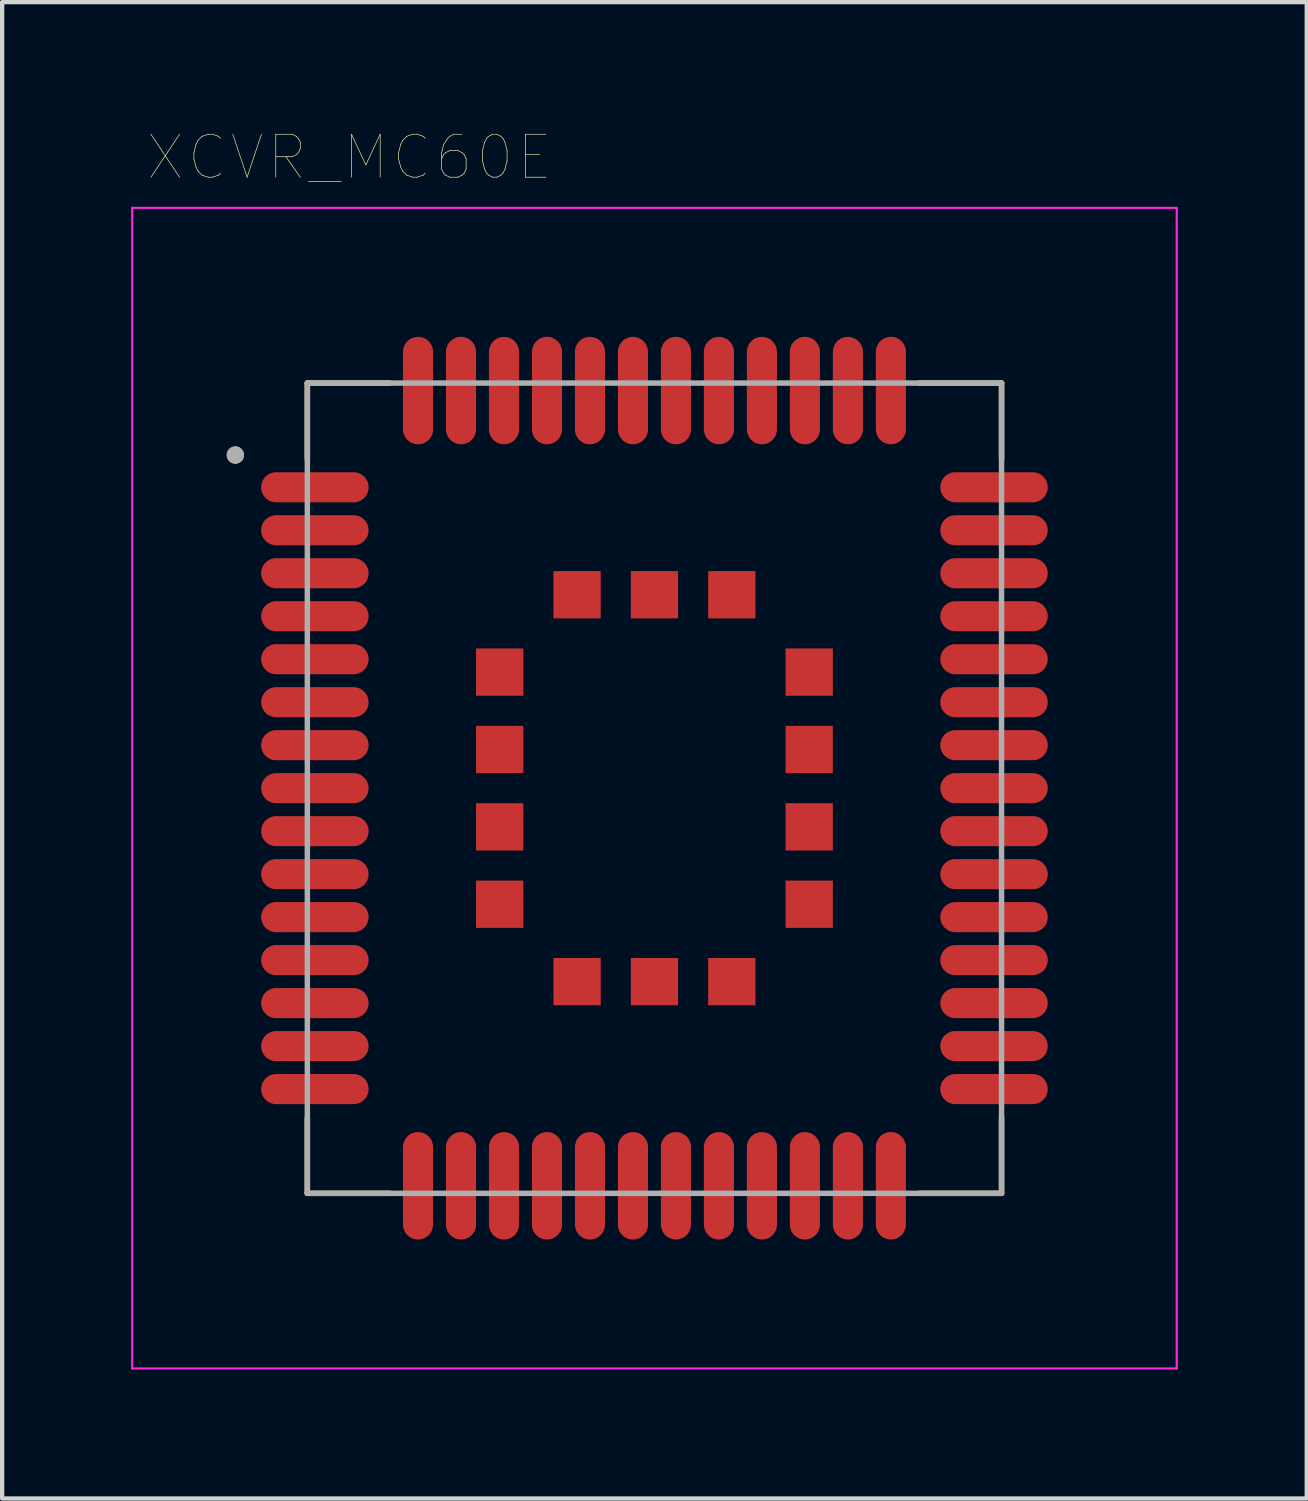
<source format=kicad_pcb>
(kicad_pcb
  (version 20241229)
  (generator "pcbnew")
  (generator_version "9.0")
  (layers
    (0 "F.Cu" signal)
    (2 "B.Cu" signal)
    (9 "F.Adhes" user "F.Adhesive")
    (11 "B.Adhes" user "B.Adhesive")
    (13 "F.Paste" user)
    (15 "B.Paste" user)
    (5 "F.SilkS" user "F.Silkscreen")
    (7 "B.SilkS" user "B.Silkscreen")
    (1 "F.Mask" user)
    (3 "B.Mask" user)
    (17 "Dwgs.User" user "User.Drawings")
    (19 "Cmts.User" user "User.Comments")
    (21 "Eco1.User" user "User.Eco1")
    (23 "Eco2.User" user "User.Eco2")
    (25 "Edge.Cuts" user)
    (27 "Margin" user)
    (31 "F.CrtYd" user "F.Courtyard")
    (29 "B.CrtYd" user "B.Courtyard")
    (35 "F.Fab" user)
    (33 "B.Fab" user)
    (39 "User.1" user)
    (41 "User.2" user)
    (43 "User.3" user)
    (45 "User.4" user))
  (footprint "XCVR_MC60E"
    (layer "F.Cu")
    (at 12.175 15.286)
    (property "Reference" "XCVR_MC60E" (at -7.095 -14.675 0) (layer "F.SilkS") (effects (font (size 1 1) (thickness 0.015))))
    (attr through_hole)
    (fp_line (start -8.075 -9.425) (end -6.163 -9.425) (stroke (width 0.127) (type solid)) (layer "F.SilkS"))
    (fp_line (start -8.075 -7.663) (end -8.075 -9.425) (stroke (width 0.127) (type solid)) (layer "F.SilkS"))
    (fp_line (start -8.075 7.663) (end -8.075 9.425) (stroke (width 0.127) (type solid)) (layer "F.SilkS"))
    (fp_line (start -8.075 9.425) (end -6.163 9.425) (stroke (width 0.127) (type solid)) (layer "F.SilkS"))
    (fp_line (start 8.075 -9.425) (end 6.163 -9.425) (stroke (width 0.127) (type solid)) (layer "F.SilkS"))
    (fp_line (start 8.075 -7.663) (end 8.075 -9.425) (stroke (width 0.127) (type solid)) (layer "F.SilkS"))
    (fp_line (start 8.075 7.663) (end 8.075 9.425) (stroke (width 0.127) (type solid)) (layer "F.SilkS"))
    (fp_line (start 8.075 9.425) (end 6.163 9.425) (stroke (width 0.127) (type solid)) (layer "F.SilkS"))
    (fp_circle (center -9.75 -7.75) (end -9.65 -7.75) (stroke (width 0.2) (type solid)) (fill no) (layer "F.SilkS"))
    (fp_poly (pts (xy -4.06 -3.16) (xy -3.14 -3.16) (xy -3.14 -2.24) (xy -4.06 -2.24)) (stroke (width 0.01) (type solid)) (fill yes) (layer "F.Paste"))
    (fp_poly (pts (xy -4.06 -1.36) (xy -3.14 -1.36) (xy -3.14 -0.44) (xy -4.06 -0.44)) (stroke (width 0.01) (type solid)) (fill yes) (layer "F.Paste"))
    (fp_poly (pts (xy -4.06 0.44) (xy -3.14 0.44) (xy -3.14 1.36) (xy -4.06 1.36)) (stroke (width 0.01) (type solid)) (fill yes) (layer "F.Paste"))
    (fp_poly (pts (xy -4.06 2.24) (xy -3.14 2.24) (xy -3.14 3.16) (xy -4.06 3.16)) (stroke (width 0.01) (type solid)) (fill yes) (layer "F.Paste"))
    (fp_poly (pts (xy -2.26 -4.96) (xy -1.34 -4.96) (xy -1.34 -4.04) (xy -2.26 -4.04)) (stroke (width 0.01) (type solid)) (fill yes) (layer "F.Paste"))
    (fp_poly (pts (xy -2.26 4.04) (xy -1.34 4.04) (xy -1.34 4.96) (xy -2.26 4.96)) (stroke (width 0.01) (type solid)) (fill yes) (layer "F.Paste"))
    (fp_poly (pts (xy -0.46 -4.96) (xy 0.46 -4.96) (xy 0.46 -4.04) (xy -0.46 -4.04)) (stroke (width 0.01) (type solid)) (fill yes) (layer "F.Paste"))
    (fp_poly (pts (xy -0.46 4.04) (xy 0.46 4.04) (xy 0.46 4.96) (xy -0.46 4.96)) (stroke (width 0.01) (type solid)) (fill yes) (layer "F.Paste"))
    (fp_poly (pts (xy 1.34 -4.96) (xy 2.26 -4.96) (xy 2.26 -4.04) (xy 1.34 -4.04)) (stroke (width 0.01) (type solid)) (fill yes) (layer "F.Paste"))
    (fp_poly (pts (xy 1.34 4.04) (xy 2.26 4.04) (xy 2.26 4.96) (xy 1.34 4.96)) (stroke (width 0.01) (type solid)) (fill yes) (layer "F.Paste"))
    (fp_poly (pts (xy 3.14 -3.16) (xy 4.06 -3.16) (xy 4.06 -2.24) (xy 3.14 -2.24)) (stroke (width 0.01) (type solid)) (fill yes) (layer "F.Paste"))
    (fp_poly (pts (xy 3.14 -1.36) (xy 4.06 -1.36) (xy 4.06 -0.44) (xy 3.14 -0.44)) (stroke (width 0.01) (type solid)) (fill yes) (layer "F.Paste"))
    (fp_poly (pts (xy 3.14 0.44) (xy 4.06 0.44) (xy 4.06 1.36) (xy 3.14 1.36)) (stroke (width 0.01) (type solid)) (fill yes) (layer "F.Paste"))
    (fp_poly (pts (xy 3.14 2.24) (xy 4.06 2.24) (xy 4.06 3.16) (xy 3.14 3.16)) (stroke (width 0.01) (type solid)) (fill yes) (layer "F.Paste"))
    (fp_poly (pts (xy -9.475 -7.298) (xy -7.15 -7.298) (xy -7.119 -7.296) (xy -7.088 -7.291) (xy -7.058 -7.283) (xy -7.029 -7.272) (xy -7.002 -7.258) (xy -6.976 -7.241) (xy -6.951 -7.221) (xy -6.929 -7.199) (xy -6.91 -7.175) (xy -6.893 -7.149) (xy -6.879 -7.121) (xy -6.868 -7.092) (xy -6.86 -7.062) (xy -6.855 -7.032) (xy -6.853 -7.001) (xy -6.855 -6.97) (xy -6.86 -6.939) (xy -6.868 -6.909) (xy -6.879 -6.88) (xy -6.893 -6.852) (xy -6.91 -6.826) (xy -6.929 -6.802) (xy -6.951 -6.78) (xy -6.976 -6.76) (xy -7.002 -6.744) (xy -7.029 -6.729) (xy -7.058 -6.718) (xy -7.088 -6.71) (xy -7.119 -6.705) (xy -7.15 -6.704) (xy -9.475 -6.704) (xy -9.506 -6.705) (xy -9.537 -6.71) (xy -9.567 -6.718) (xy -9.596 -6.729) (xy -9.623 -6.744) (xy -9.649 -6.76) (xy -9.674 -6.78) (xy -9.696 -6.802) (xy -9.715 -6.826) (xy -9.732 -6.852) (xy -9.746 -6.88) (xy -9.757 -6.909) (xy -9.765 -6.939) (xy -9.77 -6.97) (xy -9.772 -7.001) (xy -9.77 -7.032) (xy -9.765 -7.062) (xy -9.757 -7.092) (xy -9.746 -7.121) (xy -9.732 -7.149) (xy -9.715 -7.175) (xy -9.696 -7.199) (xy -9.674 -7.221) (xy -9.649 -7.241) (xy -9.623 -7.258) (xy -9.596 -7.272) (xy -9.567 -7.283) (xy -9.537 -7.291) (xy -9.506 -7.296) (xy -9.475 -7.298)) (stroke (width 0.0001) (type solid)) (fill yes) (layer "F.Paste"))
    (fp_poly (pts (xy -9.475 -6.298) (xy -7.15 -6.298) (xy -7.119 -6.296) (xy -7.088 -6.291) (xy -7.058 -6.283) (xy -7.029 -6.272) (xy -7.002 -6.258) (xy -6.976 -6.241) (xy -6.951 -6.221) (xy -6.929 -6.199) (xy -6.91 -6.175) (xy -6.893 -6.149) (xy -6.879 -6.121) (xy -6.868 -6.092) (xy -6.86 -6.062) (xy -6.855 -6.032) (xy -6.853 -6.001) (xy -6.855 -5.97) (xy -6.86 -5.939) (xy -6.868 -5.909) (xy -6.879 -5.88) (xy -6.893 -5.852) (xy -6.91 -5.826) (xy -6.929 -5.802) (xy -6.951 -5.78) (xy -6.976 -5.76) (xy -7.002 -5.744) (xy -7.029 -5.729) (xy -7.058 -5.718) (xy -7.088 -5.71) (xy -7.119 -5.705) (xy -7.15 -5.704) (xy -9.475 -5.704) (xy -9.506 -5.705) (xy -9.537 -5.71) (xy -9.567 -5.718) (xy -9.596 -5.729) (xy -9.623 -5.744) (xy -9.649 -5.76) (xy -9.674 -5.78) (xy -9.696 -5.802) (xy -9.715 -5.826) (xy -9.732 -5.852) (xy -9.746 -5.88) (xy -9.757 -5.909) (xy -9.765 -5.939) (xy -9.77 -5.97) (xy -9.772 -6.001) (xy -9.77 -6.032) (xy -9.765 -6.062) (xy -9.757 -6.092) (xy -9.746 -6.121) (xy -9.732 -6.149) (xy -9.715 -6.175) (xy -9.696 -6.199) (xy -9.674 -6.221) (xy -9.649 -6.241) (xy -9.623 -6.258) (xy -9.596 -6.272) (xy -9.567 -6.283) (xy -9.537 -6.291) (xy -9.506 -6.296) (xy -9.475 -6.298)) (stroke (width 0.0001) (type solid)) (fill yes) (layer "F.Paste"))
    (fp_poly (pts (xy -9.475 -5.298) (xy -7.15 -5.298) (xy -7.119 -5.296) (xy -7.088 -5.291) (xy -7.058 -5.283) (xy -7.029 -5.272) (xy -7.002 -5.258) (xy -6.976 -5.241) (xy -6.951 -5.221) (xy -6.929 -5.199) (xy -6.91 -5.175) (xy -6.893 -5.149) (xy -6.879 -5.121) (xy -6.868 -5.092) (xy -6.86 -5.062) (xy -6.855 -5.032) (xy -6.853 -5.001) (xy -6.855 -4.97) (xy -6.86 -4.939) (xy -6.868 -4.909) (xy -6.879 -4.88) (xy -6.893 -4.852) (xy -6.91 -4.826) (xy -6.929 -4.802) (xy -6.951 -4.78) (xy -6.976 -4.76) (xy -7.002 -4.744) (xy -7.029 -4.729) (xy -7.058 -4.718) (xy -7.088 -4.71) (xy -7.119 -4.705) (xy -7.15 -4.704) (xy -9.475 -4.704) (xy -9.506 -4.705) (xy -9.537 -4.71) (xy -9.567 -4.718) (xy -9.596 -4.729) (xy -9.623 -4.744) (xy -9.649 -4.76) (xy -9.674 -4.78) (xy -9.696 -4.802) (xy -9.715 -4.826) (xy -9.732 -4.852) (xy -9.746 -4.88) (xy -9.757 -4.909) (xy -9.765 -4.939) (xy -9.77 -4.97) (xy -9.772 -5.001) (xy -9.77 -5.032) (xy -9.765 -5.062) (xy -9.757 -5.092) (xy -9.746 -5.121) (xy -9.732 -5.149) (xy -9.715 -5.175) (xy -9.696 -5.199) (xy -9.674 -5.221) (xy -9.649 -5.241) (xy -9.623 -5.258) (xy -9.596 -5.272) (xy -9.567 -5.283) (xy -9.537 -5.291) (xy -9.506 -5.296) (xy -9.475 -5.298)) (stroke (width 0.0001) (type solid)) (fill yes) (layer "F.Paste"))
    (fp_poly (pts (xy -9.475 -4.298) (xy -7.15 -4.298) (xy -7.119 -4.296) (xy -7.088 -4.291) (xy -7.058 -4.283) (xy -7.029 -4.272) (xy -7.002 -4.258) (xy -6.976 -4.241) (xy -6.951 -4.221) (xy -6.929 -4.199) (xy -6.91 -4.175) (xy -6.893 -4.149) (xy -6.879 -4.121) (xy -6.868 -4.092) (xy -6.86 -4.062) (xy -6.855 -4.032) (xy -6.853 -4.001) (xy -6.855 -3.97) (xy -6.86 -3.939) (xy -6.868 -3.909) (xy -6.879 -3.88) (xy -6.893 -3.852) (xy -6.91 -3.826) (xy -6.929 -3.802) (xy -6.951 -3.78) (xy -6.976 -3.76) (xy -7.002 -3.744) (xy -7.029 -3.729) (xy -7.058 -3.718) (xy -7.088 -3.71) (xy -7.119 -3.705) (xy -7.15 -3.704) (xy -9.475 -3.704) (xy -9.506 -3.705) (xy -9.537 -3.71) (xy -9.567 -3.718) (xy -9.596 -3.729) (xy -9.623 -3.744) (xy -9.649 -3.76) (xy -9.674 -3.78) (xy -9.696 -3.802) (xy -9.715 -3.826) (xy -9.732 -3.852) (xy -9.746 -3.88) (xy -9.757 -3.909) (xy -9.765 -3.939) (xy -9.77 -3.97) (xy -9.772 -4.001) (xy -9.77 -4.032) (xy -9.765 -4.062) (xy -9.757 -4.092) (xy -9.746 -4.121) (xy -9.732 -4.149) (xy -9.715 -4.175) (xy -9.696 -4.199) (xy -9.674 -4.221) (xy -9.649 -4.241) (xy -9.623 -4.258) (xy -9.596 -4.272) (xy -9.567 -4.283) (xy -9.537 -4.291) (xy -9.506 -4.296) (xy -9.475 -4.298)) (stroke (width 0.0001) (type solid)) (fill yes) (layer "F.Paste"))
    (fp_poly (pts (xy -9.475 -3.297) (xy -7.15 -3.297) (xy -7.119 -3.296) (xy -7.088 -3.291) (xy -7.058 -3.283) (xy -7.029 -3.272) (xy -7.002 -3.258) (xy -6.976 -3.241) (xy -6.951 -3.221) (xy -6.929 -3.199) (xy -6.91 -3.175) (xy -6.893 -3.149) (xy -6.879 -3.121) (xy -6.868 -3.092) (xy -6.86 -3.062) (xy -6.855 -3.032) (xy -6.853 -3.001) (xy -6.855 -2.97) (xy -6.86 -2.939) (xy -6.868 -2.909) (xy -6.879 -2.88) (xy -6.893 -2.852) (xy -6.91 -2.826) (xy -6.929 -2.802) (xy -6.951 -2.78) (xy -6.976 -2.76) (xy -7.002 -2.744) (xy -7.029 -2.729) (xy -7.058 -2.718) (xy -7.088 -2.71) (xy -7.119 -2.705) (xy -7.15 -2.704) (xy -9.475 -2.704) (xy -9.506 -2.705) (xy -9.537 -2.71) (xy -9.567 -2.718) (xy -9.596 -2.729) (xy -9.623 -2.744) (xy -9.649 -2.76) (xy -9.674 -2.78) (xy -9.696 -2.802) (xy -9.715 -2.826) (xy -9.732 -2.852) (xy -9.746 -2.88) (xy -9.757 -2.909) (xy -9.765 -2.939) (xy -9.77 -2.97) (xy -9.772 -3.001) (xy -9.77 -3.032) (xy -9.765 -3.062) (xy -9.757 -3.092) (xy -9.746 -3.121) (xy -9.732 -3.149) (xy -9.715 -3.175) (xy -9.696 -3.199) (xy -9.674 -3.221) (xy -9.649 -3.241) (xy -9.623 -3.258) (xy -9.596 -3.272) (xy -9.567 -3.283) (xy -9.537 -3.291) (xy -9.506 -3.296) (xy -9.475 -3.297)) (stroke (width 0.0001) (type solid)) (fill yes) (layer "F.Paste"))
    (fp_poly (pts (xy -9.475 -2.297) (xy -7.15 -2.297) (xy -7.119 -2.296) (xy -7.088 -2.291) (xy -7.058 -2.283) (xy -7.029 -2.272) (xy -7.002 -2.258) (xy -6.976 -2.241) (xy -6.951 -2.221) (xy -6.929 -2.199) (xy -6.91 -2.175) (xy -6.893 -2.149) (xy -6.879 -2.121) (xy -6.868 -2.092) (xy -6.86 -2.062) (xy -6.855 -2.032) (xy -6.853 -2.001) (xy -6.855 -1.97) (xy -6.86 -1.939) (xy -6.868 -1.909) (xy -6.879 -1.88) (xy -6.893 -1.852) (xy -6.91 -1.826) (xy -6.929 -1.802) (xy -6.951 -1.78) (xy -6.976 -1.76) (xy -7.002 -1.744) (xy -7.029 -1.729) (xy -7.058 -1.718) (xy -7.088 -1.71) (xy -7.119 -1.705) (xy -7.15 -1.704) (xy -9.475 -1.704) (xy -9.506 -1.705) (xy -9.537 -1.71) (xy -9.567 -1.718) (xy -9.596 -1.729) (xy -9.623 -1.744) (xy -9.649 -1.76) (xy -9.674 -1.78) (xy -9.696 -1.802) (xy -9.715 -1.826) (xy -9.732 -1.852) (xy -9.746 -1.88) (xy -9.757 -1.909) (xy -9.765 -1.939) (xy -9.77 -1.97) (xy -9.772 -2.001) (xy -9.77 -2.032) (xy -9.765 -2.062) (xy -9.757 -2.092) (xy -9.746 -2.121) (xy -9.732 -2.149) (xy -9.715 -2.175) (xy -9.696 -2.199) (xy -9.674 -2.221) (xy -9.649 -2.241) (xy -9.623 -2.258) (xy -9.596 -2.272) (xy -9.567 -2.283) (xy -9.537 -2.291) (xy -9.506 -2.296) (xy -9.475 -2.297)) (stroke (width 0.0001) (type solid)) (fill yes) (layer "F.Paste"))
    (fp_poly (pts (xy -9.475 -1.298) (xy -7.15 -1.298) (xy -7.119 -1.296) (xy -7.088 -1.291) (xy -7.058 -1.283) (xy -7.029 -1.272) (xy -7.002 -1.258) (xy -6.976 -1.241) (xy -6.951 -1.221) (xy -6.929 -1.199) (xy -6.91 -1.175) (xy -6.893 -1.149) (xy -6.879 -1.121) (xy -6.868 -1.092) (xy -6.86 -1.062) (xy -6.855 -1.032) (xy -6.853 -1.001) (xy -6.855 -0.97) (xy -6.86 -0.939) (xy -6.868 -0.909) (xy -6.879 -0.88) (xy -6.893 -0.852) (xy -6.91 -0.826) (xy -6.929 -0.802) (xy -6.951 -0.78) (xy -6.976 -0.76) (xy -7.002 -0.744) (xy -7.029 -0.729) (xy -7.058 -0.718) (xy -7.088 -0.71) (xy -7.119 -0.705) (xy -7.15 -0.704) (xy -9.475 -0.704) (xy -9.506 -0.705) (xy -9.537 -0.71) (xy -9.567 -0.718) (xy -9.596 -0.729) (xy -9.623 -0.744) (xy -9.649 -0.76) (xy -9.674 -0.78) (xy -9.696 -0.802) (xy -9.715 -0.826) (xy -9.732 -0.852) (xy -9.746 -0.88) (xy -9.757 -0.909) (xy -9.765 -0.939) (xy -9.77 -0.97) (xy -9.772 -1.001) (xy -9.77 -1.032) (xy -9.765 -1.062) (xy -9.757 -1.092) (xy -9.746 -1.121) (xy -9.732 -1.149) (xy -9.715 -1.175) (xy -9.696 -1.199) (xy -9.674 -1.221) (xy -9.649 -1.241) (xy -9.623 -1.258) (xy -9.596 -1.272) (xy -9.567 -1.283) (xy -9.537 -1.291) (xy -9.506 -1.296) (xy -9.475 -1.298)) (stroke (width 0.0001) (type solid)) (fill yes) (layer "F.Paste"))
    (fp_poly (pts (xy -9.475 -0.297) (xy -7.15 -0.297) (xy -7.119 -0.296) (xy -7.088 -0.291) (xy -7.058 -0.283) (xy -7.029 -0.272) (xy -7.002 -0.258) (xy -6.976 -0.241) (xy -6.951 -0.221) (xy -6.929 -0.199) (xy -6.91 -0.175) (xy -6.893 -0.149) (xy -6.879 -0.121) (xy -6.868 -0.092) (xy -6.86 -0.062) (xy -6.855 -0.032) (xy -6.853 -0.001) (xy -6.855 0.03) (xy -6.86 0.061) (xy -6.868 0.091) (xy -6.879 0.12) (xy -6.893 0.148) (xy -6.91 0.174) (xy -6.929 0.198) (xy -6.951 0.22) (xy -6.976 0.24) (xy -7.002 0.256) (xy -7.029 0.271) (xy -7.058 0.282) (xy -7.088 0.29) (xy -7.119 0.295) (xy -7.15 0.296) (xy -9.475 0.296) (xy -9.506 0.295) (xy -9.537 0.29) (xy -9.567 0.282) (xy -9.596 0.271) (xy -9.623 0.256) (xy -9.649 0.24) (xy -9.674 0.22) (xy -9.696 0.198) (xy -9.715 0.174) (xy -9.732 0.148) (xy -9.746 0.12) (xy -9.757 0.091) (xy -9.765 0.061) (xy -9.77 0.03) (xy -9.772 -0.001) (xy -9.77 -0.032) (xy -9.765 -0.062) (xy -9.757 -0.092) (xy -9.746 -0.121) (xy -9.732 -0.149) (xy -9.715 -0.175) (xy -9.696 -0.199) (xy -9.674 -0.221) (xy -9.649 -0.241) (xy -9.623 -0.258) (xy -9.596 -0.272) (xy -9.567 -0.283) (xy -9.537 -0.291) (xy -9.506 -0.296) (xy -9.475 -0.297)) (stroke (width 0.0001) (type solid)) (fill yes) (layer "F.Paste"))
    (fp_poly (pts (xy -9.475 0.703) (xy -7.15 0.703) (xy -7.119 0.704) (xy -7.088 0.709) (xy -7.058 0.717) (xy -7.029 0.728) (xy -7.002 0.742) (xy -6.976 0.759) (xy -6.951 0.779) (xy -6.929 0.801) (xy -6.91 0.825) (xy -6.893 0.851) (xy -6.879 0.879) (xy -6.868 0.908) (xy -6.86 0.938) (xy -6.855 0.968) (xy -6.853 0.999) (xy -6.855 1.03) (xy -6.86 1.061) (xy -6.868 1.091) (xy -6.879 1.12) (xy -6.893 1.148) (xy -6.91 1.174) (xy -6.929 1.198) (xy -6.951 1.22) (xy -6.976 1.24) (xy -7.002 1.256) (xy -7.029 1.271) (xy -7.058 1.282) (xy -7.088 1.29) (xy -7.119 1.295) (xy -7.15 1.296) (xy -9.475 1.296) (xy -9.506 1.295) (xy -9.537 1.29) (xy -9.567 1.282) (xy -9.596 1.271) (xy -9.623 1.256) (xy -9.649 1.24) (xy -9.674 1.22) (xy -9.696 1.198) (xy -9.715 1.174) (xy -9.732 1.148) (xy -9.746 1.12) (xy -9.757 1.091) (xy -9.765 1.061) (xy -9.77 1.03) (xy -9.772 0.999) (xy -9.77 0.968) (xy -9.765 0.938) (xy -9.757 0.908) (xy -9.746 0.879) (xy -9.732 0.851) (xy -9.715 0.825) (xy -9.696 0.801) (xy -9.674 0.779) (xy -9.649 0.759) (xy -9.623 0.742) (xy -9.596 0.728) (xy -9.567 0.717) (xy -9.537 0.709) (xy -9.506 0.704) (xy -9.475 0.703)) (stroke (width 0.0001) (type solid)) (fill yes) (layer "F.Paste"))
    (fp_poly (pts (xy -9.475 1.702) (xy -7.15 1.702) (xy -7.119 1.704) (xy -7.088 1.709) (xy -7.058 1.717) (xy -7.029 1.728) (xy -7.002 1.742) (xy -6.976 1.759) (xy -6.951 1.779) (xy -6.929 1.801) (xy -6.91 1.825) (xy -6.893 1.851) (xy -6.879 1.879) (xy -6.868 1.908) (xy -6.86 1.938) (xy -6.855 1.968) (xy -6.853 1.999) (xy -6.855 2.03) (xy -6.86 2.061) (xy -6.868 2.091) (xy -6.879 2.12) (xy -6.893 2.148) (xy -6.91 2.174) (xy -6.929 2.198) (xy -6.951 2.22) (xy -6.976 2.24) (xy -7.002 2.256) (xy -7.029 2.271) (xy -7.058 2.282) (xy -7.088 2.29) (xy -7.119 2.295) (xy -7.15 2.296) (xy -9.475 2.296) (xy -9.506 2.295) (xy -9.537 2.29) (xy -9.567 2.282) (xy -9.596 2.271) (xy -9.623 2.256) (xy -9.649 2.24) (xy -9.674 2.22) (xy -9.696 2.198) (xy -9.715 2.174) (xy -9.732 2.148) (xy -9.746 2.12) (xy -9.757 2.091) (xy -9.765 2.061) (xy -9.77 2.03) (xy -9.772 1.999) (xy -9.77 1.968) (xy -9.765 1.938) (xy -9.757 1.908) (xy -9.746 1.879) (xy -9.732 1.851) (xy -9.715 1.825) (xy -9.696 1.801) (xy -9.674 1.779) (xy -9.649 1.759) (xy -9.623 1.742) (xy -9.596 1.728) (xy -9.567 1.717) (xy -9.537 1.709) (xy -9.506 1.704) (xy -9.475 1.702)) (stroke (width 0.0001) (type solid)) (fill yes) (layer "F.Paste"))
    (fp_poly (pts (xy -9.475 2.703) (xy -7.15 2.703) (xy -7.119 2.704) (xy -7.088 2.709) (xy -7.058 2.717) (xy -7.029 2.728) (xy -7.002 2.742) (xy -6.976 2.759) (xy -6.951 2.779) (xy -6.929 2.801) (xy -6.91 2.825) (xy -6.893 2.851) (xy -6.879 2.879) (xy -6.868 2.908) (xy -6.86 2.938) (xy -6.855 2.968) (xy -6.853 2.999) (xy -6.855 3.03) (xy -6.86 3.061) (xy -6.868 3.091) (xy -6.879 3.12) (xy -6.893 3.148) (xy -6.91 3.174) (xy -6.929 3.198) (xy -6.951 3.22) (xy -6.976 3.24) (xy -7.002 3.256) (xy -7.029 3.271) (xy -7.058 3.282) (xy -7.088 3.29) (xy -7.119 3.295) (xy -7.15 3.296) (xy -9.475 3.296) (xy -9.506 3.295) (xy -9.537 3.29) (xy -9.567 3.282) (xy -9.596 3.271) (xy -9.623 3.256) (xy -9.649 3.24) (xy -9.674 3.22) (xy -9.696 3.198) (xy -9.715 3.174) (xy -9.732 3.148) (xy -9.746 3.12) (xy -9.757 3.091) (xy -9.765 3.061) (xy -9.77 3.03) (xy -9.772 2.999) (xy -9.77 2.968) (xy -9.765 2.938) (xy -9.757 2.908) (xy -9.746 2.879) (xy -9.732 2.851) (xy -9.715 2.825) (xy -9.696 2.801) (xy -9.674 2.779) (xy -9.649 2.759) (xy -9.623 2.742) (xy -9.596 2.728) (xy -9.567 2.717) (xy -9.537 2.709) (xy -9.506 2.704) (xy -9.475 2.703)) (stroke (width 0.0001) (type solid)) (fill yes) (layer "F.Paste"))
    (fp_poly (pts (xy -9.475 3.703) (xy -7.15 3.703) (xy -7.119 3.704) (xy -7.088 3.709) (xy -7.058 3.717) (xy -7.029 3.728) (xy -7.002 3.742) (xy -6.976 3.759) (xy -6.951 3.779) (xy -6.929 3.801) (xy -6.91 3.825) (xy -6.893 3.851) (xy -6.879 3.879) (xy -6.868 3.908) (xy -6.86 3.938) (xy -6.855 3.968) (xy -6.853 3.999) (xy -6.855 4.03) (xy -6.86 4.061) (xy -6.868 4.091) (xy -6.879 4.12) (xy -6.893 4.148) (xy -6.91 4.174) (xy -6.929 4.198) (xy -6.951 4.22) (xy -6.976 4.24) (xy -7.002 4.256) (xy -7.029 4.271) (xy -7.058 4.282) (xy -7.088 4.29) (xy -7.119 4.295) (xy -7.15 4.296) (xy -9.475 4.296) (xy -9.506 4.295) (xy -9.537 4.29) (xy -9.567 4.282) (xy -9.596 4.271) (xy -9.623 4.256) (xy -9.649 4.24) (xy -9.674 4.22) (xy -9.696 4.198) (xy -9.715 4.174) (xy -9.732 4.148) (xy -9.746 4.12) (xy -9.757 4.091) (xy -9.765 4.061) (xy -9.77 4.03) (xy -9.772 3.999) (xy -9.77 3.968) (xy -9.765 3.938) (xy -9.757 3.908) (xy -9.746 3.879) (xy -9.732 3.851) (xy -9.715 3.825) (xy -9.696 3.801) (xy -9.674 3.779) (xy -9.649 3.759) (xy -9.623 3.742) (xy -9.596 3.728) (xy -9.567 3.717) (xy -9.537 3.709) (xy -9.506 3.704) (xy -9.475 3.703)) (stroke (width 0.0001) (type solid)) (fill yes) (layer "F.Paste"))
    (fp_poly (pts (xy -9.475 4.702) (xy -7.15 4.702) (xy -7.119 4.704) (xy -7.088 4.709) (xy -7.058 4.717) (xy -7.029 4.728) (xy -7.002 4.742) (xy -6.976 4.759) (xy -6.951 4.779) (xy -6.929 4.801) (xy -6.91 4.825) (xy -6.893 4.851) (xy -6.879 4.879) (xy -6.868 4.908) (xy -6.86 4.938) (xy -6.855 4.968) (xy -6.853 4.999) (xy -6.855 5.03) (xy -6.86 5.061) (xy -6.868 5.091) (xy -6.879 5.12) (xy -6.893 5.148) (xy -6.91 5.174) (xy -6.929 5.198) (xy -6.951 5.22) (xy -6.976 5.24) (xy -7.002 5.256) (xy -7.029 5.271) (xy -7.058 5.282) (xy -7.088 5.29) (xy -7.119 5.295) (xy -7.15 5.296) (xy -9.475 5.296) (xy -9.506 5.295) (xy -9.537 5.29) (xy -9.567 5.282) (xy -9.596 5.271) (xy -9.623 5.256) (xy -9.649 5.24) (xy -9.674 5.22) (xy -9.696 5.198) (xy -9.715 5.174) (xy -9.732 5.148) (xy -9.746 5.12) (xy -9.757 5.091) (xy -9.765 5.061) (xy -9.77 5.03) (xy -9.772 4.999) (xy -9.77 4.968) (xy -9.765 4.938) (xy -9.757 4.908) (xy -9.746 4.879) (xy -9.732 4.851) (xy -9.715 4.825) (xy -9.696 4.801) (xy -9.674 4.779) (xy -9.649 4.759) (xy -9.623 4.742) (xy -9.596 4.728) (xy -9.567 4.717) (xy -9.537 4.709) (xy -9.506 4.704) (xy -9.475 4.702)) (stroke (width 0.0001) (type solid)) (fill yes) (layer "F.Paste"))
    (fp_poly (pts (xy -9.475 5.702) (xy -7.15 5.702) (xy -7.119 5.704) (xy -7.088 5.709) (xy -7.058 5.717) (xy -7.029 5.728) (xy -7.002 5.742) (xy -6.976 5.759) (xy -6.951 5.779) (xy -6.929 5.801) (xy -6.91 5.825) (xy -6.893 5.851) (xy -6.879 5.879) (xy -6.868 5.908) (xy -6.86 5.938) (xy -6.855 5.968) (xy -6.853 5.999) (xy -6.855 6.03) (xy -6.86 6.061) (xy -6.868 6.091) (xy -6.879 6.12) (xy -6.893 6.148) (xy -6.91 6.174) (xy -6.929 6.198) (xy -6.951 6.22) (xy -6.976 6.24) (xy -7.002 6.256) (xy -7.029 6.271) (xy -7.058 6.282) (xy -7.088 6.29) (xy -7.119 6.295) (xy -7.15 6.296) (xy -9.475 6.296) (xy -9.506 6.295) (xy -9.537 6.29) (xy -9.567 6.282) (xy -9.596 6.271) (xy -9.623 6.256) (xy -9.649 6.24) (xy -9.674 6.22) (xy -9.696 6.198) (xy -9.715 6.174) (xy -9.732 6.148) (xy -9.746 6.12) (xy -9.757 6.091) (xy -9.765 6.061) (xy -9.77 6.03) (xy -9.772 5.999) (xy -9.77 5.968) (xy -9.765 5.938) (xy -9.757 5.908) (xy -9.746 5.879) (xy -9.732 5.851) (xy -9.715 5.825) (xy -9.696 5.801) (xy -9.674 5.779) (xy -9.649 5.759) (xy -9.623 5.742) (xy -9.596 5.728) (xy -9.567 5.717) (xy -9.537 5.709) (xy -9.506 5.704) (xy -9.475 5.702)) (stroke (width 0.0001) (type solid)) (fill yes) (layer "F.Paste"))
    (fp_poly (pts (xy -9.475 6.702) (xy -7.15 6.702) (xy -7.119 6.704) (xy -7.088 6.709) (xy -7.058 6.717) (xy -7.029 6.728) (xy -7.002 6.742) (xy -6.976 6.759) (xy -6.951 6.779) (xy -6.929 6.801) (xy -6.91 6.825) (xy -6.893 6.851) (xy -6.879 6.879) (xy -6.868 6.908) (xy -6.86 6.938) (xy -6.855 6.968) (xy -6.853 6.999) (xy -6.855 7.03) (xy -6.86 7.061) (xy -6.868 7.091) (xy -6.879 7.12) (xy -6.893 7.148) (xy -6.91 7.174) (xy -6.929 7.198) (xy -6.951 7.22) (xy -6.976 7.24) (xy -7.002 7.256) (xy -7.029 7.271) (xy -7.058 7.282) (xy -7.088 7.29) (xy -7.119 7.295) (xy -7.15 7.296) (xy -9.475 7.296) (xy -9.506 7.295) (xy -9.537 7.29) (xy -9.567 7.282) (xy -9.596 7.271) (xy -9.623 7.256) (xy -9.649 7.24) (xy -9.674 7.22) (xy -9.696 7.198) (xy -9.715 7.174) (xy -9.732 7.148) (xy -9.746 7.12) (xy -9.757 7.091) (xy -9.765 7.061) (xy -9.77 7.03) (xy -9.772 6.999) (xy -9.77 6.968) (xy -9.765 6.938) (xy -9.757 6.908) (xy -9.746 6.879) (xy -9.732 6.851) (xy -9.715 6.825) (xy -9.696 6.801) (xy -9.674 6.779) (xy -9.649 6.759) (xy -9.623 6.742) (xy -9.596 6.728) (xy -9.567 6.717) (xy -9.537 6.709) (xy -9.506 6.704) (xy -9.475 6.702)) (stroke (width 0.0001) (type solid)) (fill yes) (layer "F.Paste"))
    (fp_poly (pts (xy -5.798 10.825) (xy -5.798 8.5) (xy -5.796 8.469) (xy -5.791 8.438) (xy -5.783 8.408) (xy -5.772 8.379) (xy -5.758 8.352) (xy -5.741 8.326) (xy -5.721 8.301) (xy -5.699 8.279) (xy -5.675 8.26) (xy -5.649 8.243) (xy -5.621 8.229) (xy -5.592 8.218) (xy -5.562 8.21) (xy -5.532 8.205) (xy -5.501 8.203) (xy -5.47 8.205) (xy -5.439 8.21) (xy -5.409 8.218) (xy -5.38 8.229) (xy -5.352 8.243) (xy -5.326 8.26) (xy -5.302 8.279) (xy -5.28 8.301) (xy -5.26 8.326) (xy -5.244 8.352) (xy -5.229 8.379) (xy -5.218 8.408) (xy -5.21 8.438) (xy -5.205 8.469) (xy -5.204 8.5) (xy -5.204 10.825) (xy -5.205 10.794) (xy -5.21 10.763) (xy -5.218 10.733) (xy -5.229 10.704) (xy -5.244 10.677) (xy -5.26 10.651) (xy -5.28 10.626) (xy -5.302 10.604) (xy -5.326 10.585) (xy -5.352 10.568) (xy -5.38 10.554) (xy -5.409 10.543) (xy -5.439 10.535) (xy -5.47 10.53) (xy -5.501 10.528) (xy -5.532 10.53) (xy -5.562 10.535) (xy -5.592 10.543) (xy -5.621 10.554) (xy -5.649 10.568) (xy -5.675 10.585) (xy -5.699 10.604) (xy -5.721 10.626) (xy -5.741 10.651) (xy -5.758 10.677) (xy -5.772 10.704) (xy -5.783 10.733) (xy -5.791 10.763) (xy -5.796 10.794) (xy -5.798 10.825)) (stroke (width 0.0001) (type solid)) (fill yes) (layer "F.Paste"))
    (fp_poly (pts (xy -5.202 -10.825) (xy -5.202 -8.5) (xy -5.204 -8.531) (xy -5.209 -8.562) (xy -5.217 -8.592) (xy -5.228 -8.621) (xy -5.242 -8.648) (xy -5.259 -8.674) (xy -5.279 -8.699) (xy -5.301 -8.721) (xy -5.325 -8.74) (xy -5.351 -8.757) (xy -5.379 -8.771) (xy -5.408 -8.782) (xy -5.438 -8.79) (xy -5.468 -8.795) (xy -5.499 -8.797) (xy -5.53 -8.795) (xy -5.561 -8.79) (xy -5.591 -8.782) (xy -5.62 -8.771) (xy -5.648 -8.757) (xy -5.674 -8.74) (xy -5.698 -8.721) (xy -5.72 -8.699) (xy -5.74 -8.674) (xy -5.756 -8.648) (xy -5.771 -8.621) (xy -5.782 -8.592) (xy -5.79 -8.562) (xy -5.795 -8.531) (xy -5.796 -8.5) (xy -5.796 -10.825) (xy -5.795 -10.856) (xy -5.79 -10.887) (xy -5.782 -10.917) (xy -5.771 -10.946) (xy -5.756 -10.973) (xy -5.74 -10.999) (xy -5.72 -11.024) (xy -5.698 -11.046) (xy -5.674 -11.065) (xy -5.648 -11.082) (xy -5.62 -11.096) (xy -5.591 -11.107) (xy -5.561 -11.115) (xy -5.53 -11.12) (xy -5.499 -11.122) (xy -5.468 -11.12) (xy -5.438 -11.115) (xy -5.408 -11.107) (xy -5.379 -11.096) (xy -5.351 -11.082) (xy -5.325 -11.065) (xy -5.301 -11.046) (xy -5.279 -11.024) (xy -5.259 -10.999) (xy -5.242 -10.973) (xy -5.228 -10.946) (xy -5.217 -10.917) (xy -5.209 -10.887) (xy -5.204 -10.856) (xy -5.202 -10.825)) (stroke (width 0.0001) (type solid)) (fill yes) (layer "F.Paste"))
    (fp_poly (pts (xy -4.798 10.825) (xy -4.798 8.5) (xy -4.796 8.469) (xy -4.791 8.438) (xy -4.783 8.408) (xy -4.772 8.379) (xy -4.758 8.352) (xy -4.741 8.326) (xy -4.721 8.301) (xy -4.699 8.279) (xy -4.675 8.26) (xy -4.649 8.243) (xy -4.621 8.229) (xy -4.592 8.218) (xy -4.562 8.21) (xy -4.532 8.205) (xy -4.501 8.203) (xy -4.47 8.205) (xy -4.439 8.21) (xy -4.409 8.218) (xy -4.38 8.229) (xy -4.352 8.243) (xy -4.326 8.26) (xy -4.302 8.279) (xy -4.28 8.301) (xy -4.26 8.326) (xy -4.244 8.352) (xy -4.229 8.379) (xy -4.218 8.408) (xy -4.21 8.438) (xy -4.205 8.469) (xy -4.204 8.5) (xy -4.204 10.825) (xy -4.205 10.794) (xy -4.21 10.763) (xy -4.218 10.733) (xy -4.229 10.704) (xy -4.244 10.677) (xy -4.26 10.651) (xy -4.28 10.626) (xy -4.302 10.604) (xy -4.326 10.585) (xy -4.352 10.568) (xy -4.38 10.554) (xy -4.409 10.543) (xy -4.439 10.535) (xy -4.47 10.53) (xy -4.501 10.528) (xy -4.532 10.53) (xy -4.562 10.535) (xy -4.592 10.543) (xy -4.621 10.554) (xy -4.649 10.568) (xy -4.675 10.585) (xy -4.699 10.604) (xy -4.721 10.626) (xy -4.741 10.651) (xy -4.758 10.677) (xy -4.772 10.704) (xy -4.783 10.733) (xy -4.791 10.763) (xy -4.796 10.794) (xy -4.798 10.825)) (stroke (width 0.0001) (type solid)) (fill yes) (layer "F.Paste"))
    (fp_poly (pts (xy -4.202 -10.825) (xy -4.202 -8.5) (xy -4.204 -8.531) (xy -4.209 -8.562) (xy -4.217 -8.592) (xy -4.228 -8.621) (xy -4.242 -8.648) (xy -4.259 -8.674) (xy -4.279 -8.699) (xy -4.301 -8.721) (xy -4.325 -8.74) (xy -4.351 -8.757) (xy -4.379 -8.771) (xy -4.408 -8.782) (xy -4.438 -8.79) (xy -4.468 -8.795) (xy -4.499 -8.797) (xy -4.53 -8.795) (xy -4.561 -8.79) (xy -4.591 -8.782) (xy -4.62 -8.771) (xy -4.648 -8.757) (xy -4.674 -8.74) (xy -4.698 -8.721) (xy -4.72 -8.699) (xy -4.74 -8.674) (xy -4.756 -8.648) (xy -4.771 -8.621) (xy -4.782 -8.592) (xy -4.79 -8.562) (xy -4.795 -8.531) (xy -4.796 -8.5) (xy -4.796 -10.825) (xy -4.795 -10.856) (xy -4.79 -10.887) (xy -4.782 -10.917) (xy -4.771 -10.946) (xy -4.756 -10.973) (xy -4.74 -10.999) (xy -4.72 -11.024) (xy -4.698 -11.046) (xy -4.674 -11.065) (xy -4.648 -11.082) (xy -4.62 -11.096) (xy -4.591 -11.107) (xy -4.561 -11.115) (xy -4.53 -11.12) (xy -4.499 -11.122) (xy -4.468 -11.12) (xy -4.438 -11.115) (xy -4.408 -11.107) (xy -4.379 -11.096) (xy -4.351 -11.082) (xy -4.325 -11.065) (xy -4.301 -11.046) (xy -4.279 -11.024) (xy -4.259 -10.999) (xy -4.242 -10.973) (xy -4.228 -10.946) (xy -4.217 -10.917) (xy -4.209 -10.887) (xy -4.204 -10.856) (xy -4.202 -10.825)) (stroke (width 0.0001) (type solid)) (fill yes) (layer "F.Paste"))
    (fp_poly (pts (xy -3.797 10.825) (xy -3.797 8.5) (xy -3.796 8.469) (xy -3.791 8.438) (xy -3.783 8.408) (xy -3.772 8.379) (xy -3.758 8.352) (xy -3.741 8.326) (xy -3.721 8.301) (xy -3.699 8.279) (xy -3.675 8.26) (xy -3.649 8.243) (xy -3.621 8.229) (xy -3.592 8.218) (xy -3.562 8.21) (xy -3.532 8.205) (xy -3.501 8.203) (xy -3.47 8.205) (xy -3.439 8.21) (xy -3.409 8.218) (xy -3.38 8.229) (xy -3.352 8.243) (xy -3.326 8.26) (xy -3.302 8.279) (xy -3.28 8.301) (xy -3.26 8.326) (xy -3.244 8.352) (xy -3.229 8.379) (xy -3.218 8.408) (xy -3.21 8.438) (xy -3.205 8.469) (xy -3.204 8.5) (xy -3.204 10.825) (xy -3.205 10.794) (xy -3.21 10.763) (xy -3.218 10.733) (xy -3.229 10.704) (xy -3.244 10.677) (xy -3.26 10.651) (xy -3.28 10.626) (xy -3.302 10.604) (xy -3.326 10.585) (xy -3.352 10.568) (xy -3.38 10.554) (xy -3.409 10.543) (xy -3.439 10.535) (xy -3.47 10.53) (xy -3.501 10.528) (xy -3.532 10.53) (xy -3.562 10.535) (xy -3.592 10.543) (xy -3.621 10.554) (xy -3.649 10.568) (xy -3.675 10.585) (xy -3.699 10.604) (xy -3.721 10.626) (xy -3.741 10.651) (xy -3.758 10.677) (xy -3.772 10.704) (xy -3.783 10.733) (xy -3.791 10.763) (xy -3.796 10.794) (xy -3.797 10.825)) (stroke (width 0.0001) (type solid)) (fill yes) (layer "F.Paste"))
    (fp_poly (pts (xy -3.203 -10.825) (xy -3.203 -8.5) (xy -3.204 -8.531) (xy -3.209 -8.562) (xy -3.217 -8.592) (xy -3.228 -8.621) (xy -3.242 -8.648) (xy -3.259 -8.674) (xy -3.279 -8.699) (xy -3.301 -8.721) (xy -3.325 -8.74) (xy -3.351 -8.757) (xy -3.379 -8.771) (xy -3.408 -8.782) (xy -3.438 -8.79) (xy -3.468 -8.795) (xy -3.499 -8.797) (xy -3.53 -8.795) (xy -3.561 -8.79) (xy -3.591 -8.782) (xy -3.62 -8.771) (xy -3.648 -8.757) (xy -3.674 -8.74) (xy -3.698 -8.721) (xy -3.72 -8.699) (xy -3.74 -8.674) (xy -3.756 -8.648) (xy -3.771 -8.621) (xy -3.782 -8.592) (xy -3.79 -8.562) (xy -3.795 -8.531) (xy -3.796 -8.5) (xy -3.796 -10.825) (xy -3.795 -10.856) (xy -3.79 -10.887) (xy -3.782 -10.917) (xy -3.771 -10.946) (xy -3.756 -10.973) (xy -3.74 -10.999) (xy -3.72 -11.024) (xy -3.698 -11.046) (xy -3.674 -11.065) (xy -3.648 -11.082) (xy -3.62 -11.096) (xy -3.591 -11.107) (xy -3.561 -11.115) (xy -3.53 -11.12) (xy -3.499 -11.122) (xy -3.468 -11.12) (xy -3.438 -11.115) (xy -3.408 -11.107) (xy -3.379 -11.096) (xy -3.351 -11.082) (xy -3.325 -11.065) (xy -3.301 -11.046) (xy -3.279 -11.024) (xy -3.259 -10.999) (xy -3.242 -10.973) (xy -3.228 -10.946) (xy -3.217 -10.917) (xy -3.209 -10.887) (xy -3.204 -10.856) (xy -3.203 -10.825)) (stroke (width 0.0001) (type solid)) (fill yes) (layer "F.Paste"))
    (fp_poly (pts (xy -2.797 10.825) (xy -2.797 8.5) (xy -2.796 8.469) (xy -2.791 8.438) (xy -2.783 8.408) (xy -2.772 8.379) (xy -2.758 8.352) (xy -2.741 8.326) (xy -2.721 8.301) (xy -2.699 8.279) (xy -2.675 8.26) (xy -2.649 8.243) (xy -2.621 8.229) (xy -2.592 8.218) (xy -2.562 8.21) (xy -2.532 8.205) (xy -2.501 8.203) (xy -2.47 8.205) (xy -2.439 8.21) (xy -2.409 8.218) (xy -2.38 8.229) (xy -2.352 8.243) (xy -2.326 8.26) (xy -2.302 8.279) (xy -2.28 8.301) (xy -2.26 8.326) (xy -2.244 8.352) (xy -2.229 8.379) (xy -2.218 8.408) (xy -2.21 8.438) (xy -2.205 8.469) (xy -2.204 8.5) (xy -2.204 10.825) (xy -2.205 10.794) (xy -2.21 10.763) (xy -2.218 10.733) (xy -2.229 10.704) (xy -2.244 10.677) (xy -2.26 10.651) (xy -2.28 10.626) (xy -2.302 10.604) (xy -2.326 10.585) (xy -2.352 10.568) (xy -2.38 10.554) (xy -2.409 10.543) (xy -2.439 10.535) (xy -2.47 10.53) (xy -2.501 10.528) (xy -2.532 10.53) (xy -2.562 10.535) (xy -2.592 10.543) (xy -2.621 10.554) (xy -2.649 10.568) (xy -2.675 10.585) (xy -2.699 10.604) (xy -2.721 10.626) (xy -2.741 10.651) (xy -2.758 10.677) (xy -2.772 10.704) (xy -2.783 10.733) (xy -2.791 10.763) (xy -2.796 10.794) (xy -2.797 10.825)) (stroke (width 0.0001) (type solid)) (fill yes) (layer "F.Paste"))
    (fp_poly (pts (xy -2.203 -10.825) (xy -2.203 -8.5) (xy -2.204 -8.531) (xy -2.209 -8.562) (xy -2.217 -8.592) (xy -2.228 -8.621) (xy -2.242 -8.648) (xy -2.259 -8.674) (xy -2.279 -8.699) (xy -2.301 -8.721) (xy -2.325 -8.74) (xy -2.351 -8.757) (xy -2.379 -8.771) (xy -2.408 -8.782) (xy -2.438 -8.79) (xy -2.468 -8.795) (xy -2.499 -8.797) (xy -2.53 -8.795) (xy -2.561 -8.79) (xy -2.591 -8.782) (xy -2.62 -8.771) (xy -2.648 -8.757) (xy -2.674 -8.74) (xy -2.698 -8.721) (xy -2.72 -8.699) (xy -2.74 -8.674) (xy -2.756 -8.648) (xy -2.771 -8.621) (xy -2.782 -8.592) (xy -2.79 -8.562) (xy -2.795 -8.531) (xy -2.796 -8.5) (xy -2.796 -10.825) (xy -2.795 -10.856) (xy -2.79 -10.887) (xy -2.782 -10.917) (xy -2.771 -10.946) (xy -2.756 -10.973) (xy -2.74 -10.999) (xy -2.72 -11.024) (xy -2.698 -11.046) (xy -2.674 -11.065) (xy -2.648 -11.082) (xy -2.62 -11.096) (xy -2.591 -11.107) (xy -2.561 -11.115) (xy -2.53 -11.12) (xy -2.499 -11.122) (xy -2.468 -11.12) (xy -2.438 -11.115) (xy -2.408 -11.107) (xy -2.379 -11.096) (xy -2.351 -11.082) (xy -2.325 -11.065) (xy -2.301 -11.046) (xy -2.279 -11.024) (xy -2.259 -10.999) (xy -2.242 -10.973) (xy -2.228 -10.946) (xy -2.217 -10.917) (xy -2.209 -10.887) (xy -2.204 -10.856) (xy -2.203 -10.825)) (stroke (width 0.0001) (type solid)) (fill yes) (layer "F.Paste"))
    (fp_poly (pts (xy -1.798 10.825) (xy -1.798 8.5) (xy -1.796 8.469) (xy -1.791 8.438) (xy -1.783 8.408) (xy -1.772 8.379) (xy -1.758 8.352) (xy -1.741 8.326) (xy -1.721 8.301) (xy -1.699 8.279) (xy -1.675 8.26) (xy -1.649 8.243) (xy -1.621 8.229) (xy -1.592 8.218) (xy -1.562 8.21) (xy -1.532 8.205) (xy -1.501 8.203) (xy -1.47 8.205) (xy -1.439 8.21) (xy -1.409 8.218) (xy -1.38 8.229) (xy -1.352 8.243) (xy -1.326 8.26) (xy -1.302 8.279) (xy -1.28 8.301) (xy -1.26 8.326) (xy -1.244 8.352) (xy -1.229 8.379) (xy -1.218 8.408) (xy -1.21 8.438) (xy -1.205 8.469) (xy -1.204 8.5) (xy -1.204 10.825) (xy -1.205 10.794) (xy -1.21 10.763) (xy -1.218 10.733) (xy -1.229 10.704) (xy -1.244 10.677) (xy -1.26 10.651) (xy -1.28 10.626) (xy -1.302 10.604) (xy -1.326 10.585) (xy -1.352 10.568) (xy -1.38 10.554) (xy -1.409 10.543) (xy -1.439 10.535) (xy -1.47 10.53) (xy -1.501 10.528) (xy -1.532 10.53) (xy -1.562 10.535) (xy -1.592 10.543) (xy -1.621 10.554) (xy -1.649 10.568) (xy -1.675 10.585) (xy -1.699 10.604) (xy -1.721 10.626) (xy -1.741 10.651) (xy -1.758 10.677) (xy -1.772 10.704) (xy -1.783 10.733) (xy -1.791 10.763) (xy -1.796 10.794) (xy -1.798 10.825)) (stroke (width 0.0001) (type solid)) (fill yes) (layer "F.Paste"))
    (fp_poly (pts (xy -1.202 -10.825) (xy -1.202 -8.5) (xy -1.204 -8.531) (xy -1.209 -8.562) (xy -1.217 -8.592) (xy -1.228 -8.621) (xy -1.242 -8.648) (xy -1.259 -8.674) (xy -1.279 -8.699) (xy -1.301 -8.721) (xy -1.325 -8.74) (xy -1.351 -8.757) (xy -1.379 -8.771) (xy -1.408 -8.782) (xy -1.438 -8.79) (xy -1.468 -8.795) (xy -1.499 -8.797) (xy -1.53 -8.795) (xy -1.561 -8.79) (xy -1.591 -8.782) (xy -1.62 -8.771) (xy -1.648 -8.757) (xy -1.674 -8.74) (xy -1.698 -8.721) (xy -1.72 -8.699) (xy -1.74 -8.674) (xy -1.756 -8.648) (xy -1.771 -8.621) (xy -1.782 -8.592) (xy -1.79 -8.562) (xy -1.795 -8.531) (xy -1.796 -8.5) (xy -1.796 -10.825) (xy -1.795 -10.856) (xy -1.79 -10.887) (xy -1.782 -10.917) (xy -1.771 -10.946) (xy -1.756 -10.973) (xy -1.74 -10.999) (xy -1.72 -11.024) (xy -1.698 -11.046) (xy -1.674 -11.065) (xy -1.648 -11.082) (xy -1.62 -11.096) (xy -1.591 -11.107) (xy -1.561 -11.115) (xy -1.53 -11.12) (xy -1.499 -11.122) (xy -1.468 -11.12) (xy -1.438 -11.115) (xy -1.408 -11.107) (xy -1.379 -11.096) (xy -1.351 -11.082) (xy -1.325 -11.065) (xy -1.301 -11.046) (xy -1.279 -11.024) (xy -1.259 -10.999) (xy -1.242 -10.973) (xy -1.228 -10.946) (xy -1.217 -10.917) (xy -1.209 -10.887) (xy -1.204 -10.856) (xy -1.202 -10.825)) (stroke (width 0.0001) (type solid)) (fill yes) (layer "F.Paste"))
    (fp_poly (pts (xy -0.797 10.825) (xy -0.797 8.5) (xy -0.796 8.469) (xy -0.791 8.438) (xy -0.783 8.408) (xy -0.772 8.379) (xy -0.758 8.352) (xy -0.741 8.326) (xy -0.721 8.301) (xy -0.699 8.279) (xy -0.675 8.26) (xy -0.649 8.243) (xy -0.621 8.229) (xy -0.592 8.218) (xy -0.562 8.21) (xy -0.532 8.205) (xy -0.501 8.203) (xy -0.47 8.205) (xy -0.439 8.21) (xy -0.409 8.218) (xy -0.38 8.229) (xy -0.352 8.243) (xy -0.326 8.26) (xy -0.302 8.279) (xy -0.28 8.301) (xy -0.26 8.326) (xy -0.244 8.352) (xy -0.229 8.379) (xy -0.218 8.408) (xy -0.21 8.438) (xy -0.205 8.469) (xy -0.204 8.5) (xy -0.204 10.825) (xy -0.205 10.794) (xy -0.21 10.763) (xy -0.218 10.733) (xy -0.229 10.704) (xy -0.244 10.677) (xy -0.26 10.651) (xy -0.28 10.626) (xy -0.302 10.604) (xy -0.326 10.585) (xy -0.352 10.568) (xy -0.38 10.554) (xy -0.409 10.543) (xy -0.439 10.535) (xy -0.47 10.53) (xy -0.501 10.528) (xy -0.532 10.53) (xy -0.562 10.535) (xy -0.592 10.543) (xy -0.621 10.554) (xy -0.649 10.568) (xy -0.675 10.585) (xy -0.699 10.604) (xy -0.721 10.626) (xy -0.741 10.651) (xy -0.758 10.677) (xy -0.772 10.704) (xy -0.783 10.733) (xy -0.791 10.763) (xy -0.796 10.794) (xy -0.797 10.825)) (stroke (width 0.0001) (type solid)) (fill yes) (layer "F.Paste"))
    (fp_poly (pts (xy -0.203 -10.825) (xy -0.203 -8.5) (xy -0.204 -8.531) (xy -0.209 -8.562) (xy -0.217 -8.592) (xy -0.228 -8.621) (xy -0.242 -8.648) (xy -0.259 -8.674) (xy -0.279 -8.699) (xy -0.301 -8.721) (xy -0.325 -8.74) (xy -0.351 -8.757) (xy -0.379 -8.771) (xy -0.408 -8.782) (xy -0.438 -8.79) (xy -0.468 -8.795) (xy -0.499 -8.797) (xy -0.53 -8.795) (xy -0.561 -8.79) (xy -0.591 -8.782) (xy -0.62 -8.771) (xy -0.648 -8.757) (xy -0.674 -8.74) (xy -0.698 -8.721) (xy -0.72 -8.699) (xy -0.74 -8.674) (xy -0.756 -8.648) (xy -0.771 -8.621) (xy -0.782 -8.592) (xy -0.79 -8.562) (xy -0.795 -8.531) (xy -0.796 -8.5) (xy -0.796 -10.825) (xy -0.795 -10.856) (xy -0.79 -10.887) (xy -0.782 -10.917) (xy -0.771 -10.946) (xy -0.756 -10.973) (xy -0.74 -10.999) (xy -0.72 -11.024) (xy -0.698 -11.046) (xy -0.674 -11.065) (xy -0.648 -11.082) (xy -0.62 -11.096) (xy -0.591 -11.107) (xy -0.561 -11.115) (xy -0.53 -11.12) (xy -0.499 -11.122) (xy -0.468 -11.12) (xy -0.438 -11.115) (xy -0.408 -11.107) (xy -0.379 -11.096) (xy -0.351 -11.082) (xy -0.325 -11.065) (xy -0.301 -11.046) (xy -0.279 -11.024) (xy -0.259 -10.999) (xy -0.242 -10.973) (xy -0.228 -10.946) (xy -0.217 -10.917) (xy -0.209 -10.887) (xy -0.204 -10.856) (xy -0.203 -10.825)) (stroke (width 0.0001) (type solid)) (fill yes) (layer "F.Paste"))
    (fp_poly (pts (xy 0.203 10.825) (xy 0.203 8.5) (xy 0.204 8.469) (xy 0.209 8.438) (xy 0.217 8.408) (xy 0.228 8.379) (xy 0.242 8.352) (xy 0.259 8.326) (xy 0.279 8.301) (xy 0.301 8.279) (xy 0.325 8.26) (xy 0.351 8.243) (xy 0.379 8.229) (xy 0.408 8.218) (xy 0.438 8.21) (xy 0.468 8.205) (xy 0.499 8.203) (xy 0.53 8.205) (xy 0.561 8.21) (xy 0.591 8.218) (xy 0.62 8.229) (xy 0.648 8.243) (xy 0.674 8.26) (xy 0.698 8.279) (xy 0.72 8.301) (xy 0.74 8.326) (xy 0.756 8.352) (xy 0.771 8.379) (xy 0.782 8.408) (xy 0.79 8.438) (xy 0.795 8.469) (xy 0.796 8.5) (xy 0.796 10.825) (xy 0.795 10.794) (xy 0.79 10.763) (xy 0.782 10.733) (xy 0.771 10.704) (xy 0.756 10.677) (xy 0.74 10.651) (xy 0.72 10.626) (xy 0.698 10.604) (xy 0.674 10.585) (xy 0.648 10.568) (xy 0.62 10.554) (xy 0.591 10.543) (xy 0.561 10.535) (xy 0.53 10.53) (xy 0.499 10.528) (xy 0.468 10.53) (xy 0.438 10.535) (xy 0.408 10.543) (xy 0.379 10.554) (xy 0.351 10.568) (xy 0.325 10.585) (xy 0.301 10.604) (xy 0.279 10.626) (xy 0.259 10.651) (xy 0.242 10.677) (xy 0.228 10.704) (xy 0.217 10.733) (xy 0.209 10.763) (xy 0.204 10.794) (xy 0.203 10.825)) (stroke (width 0.0001) (type solid)) (fill yes) (layer "F.Paste"))
    (fp_poly (pts (xy 0.797 -10.825) (xy 0.797 -8.5) (xy 0.796 -8.531) (xy 0.791 -8.562) (xy 0.783 -8.592) (xy 0.772 -8.621) (xy 0.758 -8.648) (xy 0.741 -8.674) (xy 0.721 -8.699) (xy 0.699 -8.721) (xy 0.675 -8.74) (xy 0.649 -8.757) (xy 0.621 -8.771) (xy 0.592 -8.782) (xy 0.562 -8.79) (xy 0.532 -8.795) (xy 0.501 -8.797) (xy 0.47 -8.795) (xy 0.439 -8.79) (xy 0.409 -8.782) (xy 0.38 -8.771) (xy 0.352 -8.757) (xy 0.326 -8.74) (xy 0.302 -8.721) (xy 0.28 -8.699) (xy 0.26 -8.674) (xy 0.244 -8.648) (xy 0.229 -8.621) (xy 0.218 -8.592) (xy 0.21 -8.562) (xy 0.205 -8.531) (xy 0.204 -8.5) (xy 0.204 -10.825) (xy 0.205 -10.856) (xy 0.21 -10.887) (xy 0.218 -10.917) (xy 0.229 -10.946) (xy 0.244 -10.973) (xy 0.26 -10.999) (xy 0.28 -11.024) (xy 0.302 -11.046) (xy 0.326 -11.065) (xy 0.352 -11.082) (xy 0.38 -11.096) (xy 0.409 -11.107) (xy 0.439 -11.115) (xy 0.47 -11.12) (xy 0.501 -11.122) (xy 0.532 -11.12) (xy 0.562 -11.115) (xy 0.592 -11.107) (xy 0.621 -11.096) (xy 0.649 -11.082) (xy 0.675 -11.065) (xy 0.699 -11.046) (xy 0.721 -11.024) (xy 0.741 -10.999) (xy 0.758 -10.973) (xy 0.772 -10.946) (xy 0.783 -10.917) (xy 0.791 -10.887) (xy 0.796 -10.856) (xy 0.797 -10.825)) (stroke (width 0.0001) (type solid)) (fill yes) (layer "F.Paste"))
    (fp_poly (pts (xy 1.202 10.825) (xy 1.202 8.5) (xy 1.204 8.469) (xy 1.209 8.438) (xy 1.217 8.408) (xy 1.228 8.379) (xy 1.242 8.352) (xy 1.259 8.326) (xy 1.279 8.301) (xy 1.301 8.279) (xy 1.325 8.26) (xy 1.351 8.243) (xy 1.379 8.229) (xy 1.408 8.218) (xy 1.438 8.21) (xy 1.468 8.205) (xy 1.499 8.203) (xy 1.53 8.205) (xy 1.561 8.21) (xy 1.591 8.218) (xy 1.62 8.229) (xy 1.648 8.243) (xy 1.674 8.26) (xy 1.698 8.279) (xy 1.72 8.301) (xy 1.74 8.326) (xy 1.756 8.352) (xy 1.771 8.379) (xy 1.782 8.408) (xy 1.79 8.438) (xy 1.795 8.469) (xy 1.796 8.5) (xy 1.796 10.825) (xy 1.795 10.794) (xy 1.79 10.763) (xy 1.782 10.733) (xy 1.771 10.704) (xy 1.756 10.677) (xy 1.74 10.651) (xy 1.72 10.626) (xy 1.698 10.604) (xy 1.674 10.585) (xy 1.648 10.568) (xy 1.62 10.554) (xy 1.591 10.543) (xy 1.561 10.535) (xy 1.53 10.53) (xy 1.499 10.528) (xy 1.468 10.53) (xy 1.438 10.535) (xy 1.408 10.543) (xy 1.379 10.554) (xy 1.351 10.568) (xy 1.325 10.585) (xy 1.301 10.604) (xy 1.279 10.626) (xy 1.259 10.651) (xy 1.242 10.677) (xy 1.228 10.704) (xy 1.217 10.733) (xy 1.209 10.763) (xy 1.204 10.794) (xy 1.202 10.825)) (stroke (width 0.0001) (type solid)) (fill yes) (layer "F.Paste"))
    (fp_poly (pts (xy 1.798 -10.825) (xy 1.798 -8.5) (xy 1.796 -8.531) (xy 1.791 -8.562) (xy 1.783 -8.592) (xy 1.772 -8.621) (xy 1.758 -8.648) (xy 1.741 -8.674) (xy 1.721 -8.699) (xy 1.699 -8.721) (xy 1.675 -8.74) (xy 1.649 -8.757) (xy 1.621 -8.771) (xy 1.592 -8.782) (xy 1.562 -8.79) (xy 1.532 -8.795) (xy 1.501 -8.797) (xy 1.47 -8.795) (xy 1.439 -8.79) (xy 1.409 -8.782) (xy 1.38 -8.771) (xy 1.352 -8.757) (xy 1.326 -8.74) (xy 1.302 -8.721) (xy 1.28 -8.699) (xy 1.26 -8.674) (xy 1.244 -8.648) (xy 1.229 -8.621) (xy 1.218 -8.592) (xy 1.21 -8.562) (xy 1.205 -8.531) (xy 1.204 -8.5) (xy 1.204 -10.825) (xy 1.205 -10.856) (xy 1.21 -10.887) (xy 1.218 -10.917) (xy 1.229 -10.946) (xy 1.244 -10.973) (xy 1.26 -10.999) (xy 1.28 -11.024) (xy 1.302 -11.046) (xy 1.326 -11.065) (xy 1.352 -11.082) (xy 1.38 -11.096) (xy 1.409 -11.107) (xy 1.439 -11.115) (xy 1.47 -11.12) (xy 1.501 -11.122) (xy 1.532 -11.12) (xy 1.562 -11.115) (xy 1.592 -11.107) (xy 1.621 -11.096) (xy 1.649 -11.082) (xy 1.675 -11.065) (xy 1.699 -11.046) (xy 1.721 -11.024) (xy 1.741 -10.999) (xy 1.758 -10.973) (xy 1.772 -10.946) (xy 1.783 -10.917) (xy 1.791 -10.887) (xy 1.796 -10.856) (xy 1.798 -10.825)) (stroke (width 0.0001) (type solid)) (fill yes) (layer "F.Paste"))
    (fp_poly (pts (xy 2.203 10.825) (xy 2.203 8.5) (xy 2.204 8.469) (xy 2.209 8.438) (xy 2.217 8.408) (xy 2.228 8.379) (xy 2.242 8.352) (xy 2.259 8.326) (xy 2.279 8.301) (xy 2.301 8.279) (xy 2.325 8.26) (xy 2.351 8.243) (xy 2.379 8.229) (xy 2.408 8.218) (xy 2.438 8.21) (xy 2.468 8.205) (xy 2.499 8.203) (xy 2.53 8.205) (xy 2.561 8.21) (xy 2.591 8.218) (xy 2.62 8.229) (xy 2.648 8.243) (xy 2.674 8.26) (xy 2.698 8.279) (xy 2.72 8.301) (xy 2.74 8.326) (xy 2.756 8.352) (xy 2.771 8.379) (xy 2.782 8.408) (xy 2.79 8.438) (xy 2.795 8.469) (xy 2.796 8.5) (xy 2.796 10.825) (xy 2.795 10.794) (xy 2.79 10.763) (xy 2.782 10.733) (xy 2.771 10.704) (xy 2.756 10.677) (xy 2.74 10.651) (xy 2.72 10.626) (xy 2.698 10.604) (xy 2.674 10.585) (xy 2.648 10.568) (xy 2.62 10.554) (xy 2.591 10.543) (xy 2.561 10.535) (xy 2.53 10.53) (xy 2.499 10.528) (xy 2.468 10.53) (xy 2.438 10.535) (xy 2.408 10.543) (xy 2.379 10.554) (xy 2.351 10.568) (xy 2.325 10.585) (xy 2.301 10.604) (xy 2.279 10.626) (xy 2.259 10.651) (xy 2.242 10.677) (xy 2.228 10.704) (xy 2.217 10.733) (xy 2.209 10.763) (xy 2.204 10.794) (xy 2.203 10.825)) (stroke (width 0.0001) (type solid)) (fill yes) (layer "F.Paste"))
    (fp_poly (pts (xy 2.797 -10.825) (xy 2.797 -8.5) (xy 2.796 -8.531) (xy 2.791 -8.562) (xy 2.783 -8.592) (xy 2.772 -8.621) (xy 2.758 -8.648) (xy 2.741 -8.674) (xy 2.721 -8.699) (xy 2.699 -8.721) (xy 2.675 -8.74) (xy 2.649 -8.757) (xy 2.621 -8.771) (xy 2.592 -8.782) (xy 2.562 -8.79) (xy 2.532 -8.795) (xy 2.501 -8.797) (xy 2.47 -8.795) (xy 2.439 -8.79) (xy 2.409 -8.782) (xy 2.38 -8.771) (xy 2.352 -8.757) (xy 2.326 -8.74) (xy 2.302 -8.721) (xy 2.28 -8.699) (xy 2.26 -8.674) (xy 2.244 -8.648) (xy 2.229 -8.621) (xy 2.218 -8.592) (xy 2.21 -8.562) (xy 2.205 -8.531) (xy 2.204 -8.5) (xy 2.204 -10.825) (xy 2.205 -10.856) (xy 2.21 -10.887) (xy 2.218 -10.917) (xy 2.229 -10.946) (xy 2.244 -10.973) (xy 2.26 -10.999) (xy 2.28 -11.024) (xy 2.302 -11.046) (xy 2.326 -11.065) (xy 2.352 -11.082) (xy 2.38 -11.096) (xy 2.409 -11.107) (xy 2.439 -11.115) (xy 2.47 -11.12) (xy 2.501 -11.122) (xy 2.532 -11.12) (xy 2.562 -11.115) (xy 2.592 -11.107) (xy 2.621 -11.096) (xy 2.649 -11.082) (xy 2.675 -11.065) (xy 2.699 -11.046) (xy 2.721 -11.024) (xy 2.741 -10.999) (xy 2.758 -10.973) (xy 2.772 -10.946) (xy 2.783 -10.917) (xy 2.791 -10.887) (xy 2.796 -10.856) (xy 2.797 -10.825)) (stroke (width 0.0001) (type solid)) (fill yes) (layer "F.Paste"))
    (fp_poly (pts (xy 3.203 10.825) (xy 3.203 8.5) (xy 3.204 8.469) (xy 3.209 8.438) (xy 3.217 8.408) (xy 3.228 8.379) (xy 3.242 8.352) (xy 3.259 8.326) (xy 3.279 8.301) (xy 3.301 8.279) (xy 3.325 8.26) (xy 3.351 8.243) (xy 3.379 8.229) (xy 3.408 8.218) (xy 3.438 8.21) (xy 3.468 8.205) (xy 3.499 8.203) (xy 3.53 8.205) (xy 3.561 8.21) (xy 3.591 8.218) (xy 3.62 8.229) (xy 3.648 8.243) (xy 3.674 8.26) (xy 3.698 8.279) (xy 3.72 8.301) (xy 3.74 8.326) (xy 3.756 8.352) (xy 3.771 8.379) (xy 3.782 8.408) (xy 3.79 8.438) (xy 3.795 8.469) (xy 3.796 8.5) (xy 3.796 10.825) (xy 3.795 10.794) (xy 3.79 10.763) (xy 3.782 10.733) (xy 3.771 10.704) (xy 3.756 10.677) (xy 3.74 10.651) (xy 3.72 10.626) (xy 3.698 10.604) (xy 3.674 10.585) (xy 3.648 10.568) (xy 3.62 10.554) (xy 3.591 10.543) (xy 3.561 10.535) (xy 3.53 10.53) (xy 3.499 10.528) (xy 3.468 10.53) (xy 3.438 10.535) (xy 3.408 10.543) (xy 3.379 10.554) (xy 3.351 10.568) (xy 3.325 10.585) (xy 3.301 10.604) (xy 3.279 10.626) (xy 3.259 10.651) (xy 3.242 10.677) (xy 3.228 10.704) (xy 3.217 10.733) (xy 3.209 10.763) (xy 3.204 10.794) (xy 3.203 10.825)) (stroke (width 0.0001) (type solid)) (fill yes) (layer "F.Paste"))
    (fp_poly (pts (xy 3.797 -10.825) (xy 3.797 -8.5) (xy 3.796 -8.531) (xy 3.791 -8.562) (xy 3.783 -8.592) (xy 3.772 -8.621) (xy 3.758 -8.648) (xy 3.741 -8.674) (xy 3.721 -8.699) (xy 3.699 -8.721) (xy 3.675 -8.74) (xy 3.649 -8.757) (xy 3.621 -8.771) (xy 3.592 -8.782) (xy 3.562 -8.79) (xy 3.532 -8.795) (xy 3.501 -8.797) (xy 3.47 -8.795) (xy 3.439 -8.79) (xy 3.409 -8.782) (xy 3.38 -8.771) (xy 3.352 -8.757) (xy 3.326 -8.74) (xy 3.302 -8.721) (xy 3.28 -8.699) (xy 3.26 -8.674) (xy 3.244 -8.648) (xy 3.229 -8.621) (xy 3.218 -8.592) (xy 3.21 -8.562) (xy 3.205 -8.531) (xy 3.204 -8.5) (xy 3.204 -10.825) (xy 3.205 -10.856) (xy 3.21 -10.887) (xy 3.218 -10.917) (xy 3.229 -10.946) (xy 3.244 -10.973) (xy 3.26 -10.999) (xy 3.28 -11.024) (xy 3.302 -11.046) (xy 3.326 -11.065) (xy 3.352 -11.082) (xy 3.38 -11.096) (xy 3.409 -11.107) (xy 3.439 -11.115) (xy 3.47 -11.12) (xy 3.501 -11.122) (xy 3.532 -11.12) (xy 3.562 -11.115) (xy 3.592 -11.107) (xy 3.621 -11.096) (xy 3.649 -11.082) (xy 3.675 -11.065) (xy 3.699 -11.046) (xy 3.721 -11.024) (xy 3.741 -10.999) (xy 3.758 -10.973) (xy 3.772 -10.946) (xy 3.783 -10.917) (xy 3.791 -10.887) (xy 3.796 -10.856) (xy 3.797 -10.825)) (stroke (width 0.0001) (type solid)) (fill yes) (layer "F.Paste"))
    (fp_poly (pts (xy 4.202 10.825) (xy 4.202 8.5) (xy 4.204 8.469) (xy 4.209 8.438) (xy 4.217 8.408) (xy 4.228 8.379) (xy 4.242 8.352) (xy 4.259 8.326) (xy 4.279 8.301) (xy 4.301 8.279) (xy 4.325 8.26) (xy 4.351 8.243) (xy 4.379 8.229) (xy 4.408 8.218) (xy 4.438 8.21) (xy 4.468 8.205) (xy 4.499 8.203) (xy 4.53 8.205) (xy 4.561 8.21) (xy 4.591 8.218) (xy 4.62 8.229) (xy 4.648 8.243) (xy 4.674 8.26) (xy 4.698 8.279) (xy 4.72 8.301) (xy 4.74 8.326) (xy 4.756 8.352) (xy 4.771 8.379) (xy 4.782 8.408) (xy 4.79 8.438) (xy 4.795 8.469) (xy 4.796 8.5) (xy 4.796 10.825) (xy 4.795 10.794) (xy 4.79 10.763) (xy 4.782 10.733) (xy 4.771 10.704) (xy 4.756 10.677) (xy 4.74 10.651) (xy 4.72 10.626) (xy 4.698 10.604) (xy 4.674 10.585) (xy 4.648 10.568) (xy 4.62 10.554) (xy 4.591 10.543) (xy 4.561 10.535) (xy 4.53 10.53) (xy 4.499 10.528) (xy 4.468 10.53) (xy 4.438 10.535) (xy 4.408 10.543) (xy 4.379 10.554) (xy 4.351 10.568) (xy 4.325 10.585) (xy 4.301 10.604) (xy 4.279 10.626) (xy 4.259 10.651) (xy 4.242 10.677) (xy 4.228 10.704) (xy 4.217 10.733) (xy 4.209 10.763) (xy 4.204 10.794) (xy 4.202 10.825)) (stroke (width 0.0001) (type solid)) (fill yes) (layer "F.Paste"))
    (fp_poly (pts (xy 4.798 -10.825) (xy 4.798 -8.5) (xy 4.796 -8.531) (xy 4.791 -8.562) (xy 4.783 -8.592) (xy 4.772 -8.621) (xy 4.758 -8.648) (xy 4.741 -8.674) (xy 4.721 -8.699) (xy 4.699 -8.721) (xy 4.675 -8.74) (xy 4.649 -8.757) (xy 4.621 -8.771) (xy 4.592 -8.782) (xy 4.562 -8.79) (xy 4.532 -8.795) (xy 4.501 -8.797) (xy 4.47 -8.795) (xy 4.439 -8.79) (xy 4.409 -8.782) (xy 4.38 -8.771) (xy 4.352 -8.757) (xy 4.326 -8.74) (xy 4.302 -8.721) (xy 4.28 -8.699) (xy 4.26 -8.674) (xy 4.244 -8.648) (xy 4.229 -8.621) (xy 4.218 -8.592) (xy 4.21 -8.562) (xy 4.205 -8.531) (xy 4.204 -8.5) (xy 4.204 -10.825) (xy 4.205 -10.856) (xy 4.21 -10.887) (xy 4.218 -10.917) (xy 4.229 -10.946) (xy 4.244 -10.973) (xy 4.26 -10.999) (xy 4.28 -11.024) (xy 4.302 -11.046) (xy 4.326 -11.065) (xy 4.352 -11.082) (xy 4.38 -11.096) (xy 4.409 -11.107) (xy 4.439 -11.115) (xy 4.47 -11.12) (xy 4.501 -11.122) (xy 4.532 -11.12) (xy 4.562 -11.115) (xy 4.592 -11.107) (xy 4.621 -11.096) (xy 4.649 -11.082) (xy 4.675 -11.065) (xy 4.699 -11.046) (xy 4.721 -11.024) (xy 4.741 -10.999) (xy 4.758 -10.973) (xy 4.772 -10.946) (xy 4.783 -10.917) (xy 4.791 -10.887) (xy 4.796 -10.856) (xy 4.798 -10.825)) (stroke (width 0.0001) (type solid)) (fill yes) (layer "F.Paste"))
    (fp_poly (pts (xy 5.202 10.825) (xy 5.202 8.5) (xy 5.204 8.469) (xy 5.209 8.438) (xy 5.217 8.408) (xy 5.228 8.379) (xy 5.242 8.352) (xy 5.259 8.326) (xy 5.279 8.301) (xy 5.301 8.279) (xy 5.325 8.26) (xy 5.351 8.243) (xy 5.379 8.229) (xy 5.408 8.218) (xy 5.438 8.21) (xy 5.468 8.205) (xy 5.499 8.203) (xy 5.53 8.205) (xy 5.561 8.21) (xy 5.591 8.218) (xy 5.62 8.229) (xy 5.648 8.243) (xy 5.674 8.26) (xy 5.698 8.279) (xy 5.72 8.301) (xy 5.74 8.326) (xy 5.756 8.352) (xy 5.771 8.379) (xy 5.782 8.408) (xy 5.79 8.438) (xy 5.795 8.469) (xy 5.796 8.5) (xy 5.796 10.825) (xy 5.795 10.794) (xy 5.79 10.763) (xy 5.782 10.733) (xy 5.771 10.704) (xy 5.756 10.677) (xy 5.74 10.651) (xy 5.72 10.626) (xy 5.698 10.604) (xy 5.674 10.585) (xy 5.648 10.568) (xy 5.62 10.554) (xy 5.591 10.543) (xy 5.561 10.535) (xy 5.53 10.53) (xy 5.499 10.528) (xy 5.468 10.53) (xy 5.438 10.535) (xy 5.408 10.543) (xy 5.379 10.554) (xy 5.351 10.568) (xy 5.325 10.585) (xy 5.301 10.604) (xy 5.279 10.626) (xy 5.259 10.651) (xy 5.242 10.677) (xy 5.228 10.704) (xy 5.217 10.733) (xy 5.209 10.763) (xy 5.204 10.794) (xy 5.202 10.825)) (stroke (width 0.0001) (type solid)) (fill yes) (layer "F.Paste"))
    (fp_poly (pts (xy 5.798 -10.825) (xy 5.798 -8.5) (xy 5.796 -8.531) (xy 5.791 -8.562) (xy 5.783 -8.592) (xy 5.772 -8.621) (xy 5.758 -8.648) (xy 5.741 -8.674) (xy 5.721 -8.699) (xy 5.699 -8.721) (xy 5.675 -8.74) (xy 5.649 -8.757) (xy 5.621 -8.771) (xy 5.592 -8.782) (xy 5.562 -8.79) (xy 5.532 -8.795) (xy 5.501 -8.797) (xy 5.47 -8.795) (xy 5.439 -8.79) (xy 5.409 -8.782) (xy 5.38 -8.771) (xy 5.352 -8.757) (xy 5.326 -8.74) (xy 5.302 -8.721) (xy 5.28 -8.699) (xy 5.26 -8.674) (xy 5.244 -8.648) (xy 5.229 -8.621) (xy 5.218 -8.592) (xy 5.21 -8.562) (xy 5.205 -8.531) (xy 5.204 -8.5) (xy 5.204 -10.825) (xy 5.205 -10.856) (xy 5.21 -10.887) (xy 5.218 -10.917) (xy 5.229 -10.946) (xy 5.244 -10.973) (xy 5.26 -10.999) (xy 5.28 -11.024) (xy 5.302 -11.046) (xy 5.326 -11.065) (xy 5.352 -11.082) (xy 5.38 -11.096) (xy 5.409 -11.107) (xy 5.439 -11.115) (xy 5.47 -11.12) (xy 5.501 -11.122) (xy 5.532 -11.12) (xy 5.562 -11.115) (xy 5.592 -11.107) (xy 5.621 -11.096) (xy 5.649 -11.082) (xy 5.675 -11.065) (xy 5.699 -11.046) (xy 5.721 -11.024) (xy 5.741 -10.999) (xy 5.758 -10.973) (xy 5.772 -10.946) (xy 5.783 -10.917) (xy 5.791 -10.887) (xy 5.796 -10.856) (xy 5.798 -10.825)) (stroke (width 0.0001) (type solid)) (fill yes) (layer "F.Paste"))
    (fp_poly (pts (xy 9.475 -6.702) (xy 7.15 -6.702) (xy 7.119 -6.704) (xy 7.088 -6.709) (xy 7.058 -6.717) (xy 7.029 -6.728) (xy 7.002 -6.742) (xy 6.976 -6.759) (xy 6.951 -6.779) (xy 6.929 -6.801) (xy 6.91 -6.825) (xy 6.893 -6.851) (xy 6.879 -6.879) (xy 6.868 -6.908) (xy 6.86 -6.938) (xy 6.855 -6.968) (xy 6.853 -6.999) (xy 6.855 -7.03) (xy 6.86 -7.061) (xy 6.868 -7.091) (xy 6.879 -7.12) (xy 6.893 -7.148) (xy 6.91 -7.174) (xy 6.929 -7.198) (xy 6.951 -7.22) (xy 6.976 -7.24) (xy 7.002 -7.256) (xy 7.029 -7.271) (xy 7.058 -7.282) (xy 7.088 -7.29) (xy 7.119 -7.295) (xy 7.15 -7.296) (xy 9.475 -7.296) (xy 9.506 -7.295) (xy 9.537 -7.29) (xy 9.567 -7.282) (xy 9.596 -7.271) (xy 9.623 -7.256) (xy 9.649 -7.24) (xy 9.674 -7.22) (xy 9.696 -7.198) (xy 9.715 -7.174) (xy 9.732 -7.148) (xy 9.746 -7.12) (xy 9.757 -7.091) (xy 9.765 -7.061) (xy 9.77 -7.03) (xy 9.772 -6.999) (xy 9.77 -6.968) (xy 9.765 -6.938) (xy 9.757 -6.908) (xy 9.746 -6.879) (xy 9.732 -6.851) (xy 9.715 -6.825) (xy 9.696 -6.801) (xy 9.674 -6.779) (xy 9.649 -6.759) (xy 9.623 -6.742) (xy 9.596 -6.728) (xy 9.567 -6.717) (xy 9.537 -6.709) (xy 9.506 -6.704) (xy 9.475 -6.702)) (stroke (width 0.0001) (type solid)) (fill yes) (layer "F.Paste"))
    (fp_poly (pts (xy 9.475 -5.702) (xy 7.15 -5.702) (xy 7.119 -5.704) (xy 7.088 -5.709) (xy 7.058 -5.717) (xy 7.029 -5.728) (xy 7.002 -5.742) (xy 6.976 -5.759) (xy 6.951 -5.779) (xy 6.929 -5.801) (xy 6.91 -5.825) (xy 6.893 -5.851) (xy 6.879 -5.879) (xy 6.868 -5.908) (xy 6.86 -5.938) (xy 6.855 -5.968) (xy 6.853 -5.999) (xy 6.855 -6.03) (xy 6.86 -6.061) (xy 6.868 -6.091) (xy 6.879 -6.12) (xy 6.893 -6.148) (xy 6.91 -6.174) (xy 6.929 -6.198) (xy 6.951 -6.22) (xy 6.976 -6.24) (xy 7.002 -6.256) (xy 7.029 -6.271) (xy 7.058 -6.282) (xy 7.088 -6.29) (xy 7.119 -6.295) (xy 7.15 -6.296) (xy 9.475 -6.296) (xy 9.506 -6.295) (xy 9.537 -6.29) (xy 9.567 -6.282) (xy 9.596 -6.271) (xy 9.623 -6.256) (xy 9.649 -6.24) (xy 9.674 -6.22) (xy 9.696 -6.198) (xy 9.715 -6.174) (xy 9.732 -6.148) (xy 9.746 -6.12) (xy 9.757 -6.091) (xy 9.765 -6.061) (xy 9.77 -6.03) (xy 9.772 -5.999) (xy 9.77 -5.968) (xy 9.765 -5.938) (xy 9.757 -5.908) (xy 9.746 -5.879) (xy 9.732 -5.851) (xy 9.715 -5.825) (xy 9.696 -5.801) (xy 9.674 -5.779) (xy 9.649 -5.759) (xy 9.623 -5.742) (xy 9.596 -5.728) (xy 9.567 -5.717) (xy 9.537 -5.709) (xy 9.506 -5.704) (xy 9.475 -5.702)) (stroke (width 0.0001) (type solid)) (fill yes) (layer "F.Paste"))
    (fp_poly (pts (xy 9.475 -4.702) (xy 7.15 -4.702) (xy 7.119 -4.704) (xy 7.088 -4.709) (xy 7.058 -4.717) (xy 7.029 -4.728) (xy 7.002 -4.742) (xy 6.976 -4.759) (xy 6.951 -4.779) (xy 6.929 -4.801) (xy 6.91 -4.825) (xy 6.893 -4.851) (xy 6.879 -4.879) (xy 6.868 -4.908) (xy 6.86 -4.938) (xy 6.855 -4.968) (xy 6.853 -4.999) (xy 6.855 -5.03) (xy 6.86 -5.061) (xy 6.868 -5.091) (xy 6.879 -5.12) (xy 6.893 -5.148) (xy 6.91 -5.174) (xy 6.929 -5.198) (xy 6.951 -5.22) (xy 6.976 -5.24) (xy 7.002 -5.256) (xy 7.029 -5.271) (xy 7.058 -5.282) (xy 7.088 -5.29) (xy 7.119 -5.295) (xy 7.15 -5.296) (xy 9.475 -5.296) (xy 9.506 -5.295) (xy 9.537 -5.29) (xy 9.567 -5.282) (xy 9.596 -5.271) (xy 9.623 -5.256) (xy 9.649 -5.24) (xy 9.674 -5.22) (xy 9.696 -5.198) (xy 9.715 -5.174) (xy 9.732 -5.148) (xy 9.746 -5.12) (xy 9.757 -5.091) (xy 9.765 -5.061) (xy 9.77 -5.03) (xy 9.772 -4.999) (xy 9.77 -4.968) (xy 9.765 -4.938) (xy 9.757 -4.908) (xy 9.746 -4.879) (xy 9.732 -4.851) (xy 9.715 -4.825) (xy 9.696 -4.801) (xy 9.674 -4.779) (xy 9.649 -4.759) (xy 9.623 -4.742) (xy 9.596 -4.728) (xy 9.567 -4.717) (xy 9.537 -4.709) (xy 9.506 -4.704) (xy 9.475 -4.702)) (stroke (width 0.0001) (type solid)) (fill yes) (layer "F.Paste"))
    (fp_poly (pts (xy 9.475 -3.703) (xy 7.15 -3.703) (xy 7.119 -3.704) (xy 7.088 -3.709) (xy 7.058 -3.717) (xy 7.029 -3.728) (xy 7.002 -3.742) (xy 6.976 -3.759) (xy 6.951 -3.779) (xy 6.929 -3.801) (xy 6.91 -3.825) (xy 6.893 -3.851) (xy 6.879 -3.879) (xy 6.868 -3.908) (xy 6.86 -3.938) (xy 6.855 -3.968) (xy 6.853 -3.999) (xy 6.855 -4.03) (xy 6.86 -4.061) (xy 6.868 -4.091) (xy 6.879 -4.12) (xy 6.893 -4.148) (xy 6.91 -4.174) (xy 6.929 -4.198) (xy 6.951 -4.22) (xy 6.976 -4.24) (xy 7.002 -4.256) (xy 7.029 -4.271) (xy 7.058 -4.282) (xy 7.088 -4.29) (xy 7.119 -4.295) (xy 7.15 -4.296) (xy 9.475 -4.296) (xy 9.506 -4.295) (xy 9.537 -4.29) (xy 9.567 -4.282) (xy 9.596 -4.271) (xy 9.623 -4.256) (xy 9.649 -4.24) (xy 9.674 -4.22) (xy 9.696 -4.198) (xy 9.715 -4.174) (xy 9.732 -4.148) (xy 9.746 -4.12) (xy 9.757 -4.091) (xy 9.765 -4.061) (xy 9.77 -4.03) (xy 9.772 -3.999) (xy 9.77 -3.968) (xy 9.765 -3.938) (xy 9.757 -3.908) (xy 9.746 -3.879) (xy 9.732 -3.851) (xy 9.715 -3.825) (xy 9.696 -3.801) (xy 9.674 -3.779) (xy 9.649 -3.759) (xy 9.623 -3.742) (xy 9.596 -3.728) (xy 9.567 -3.717) (xy 9.537 -3.709) (xy 9.506 -3.704) (xy 9.475 -3.703)) (stroke (width 0.0001) (type solid)) (fill yes) (layer "F.Paste"))
    (fp_poly (pts (xy 9.475 -2.703) (xy 7.15 -2.703) (xy 7.119 -2.704) (xy 7.088 -2.709) (xy 7.058 -2.717) (xy 7.029 -2.728) (xy 7.002 -2.742) (xy 6.976 -2.759) (xy 6.951 -2.779) (xy 6.929 -2.801) (xy 6.91 -2.825) (xy 6.893 -2.851) (xy 6.879 -2.879) (xy 6.868 -2.908) (xy 6.86 -2.938) (xy 6.855 -2.968) (xy 6.853 -2.999) (xy 6.855 -3.03) (xy 6.86 -3.061) (xy 6.868 -3.091) (xy 6.879 -3.12) (xy 6.893 -3.148) (xy 6.91 -3.174) (xy 6.929 -3.198) (xy 6.951 -3.22) (xy 6.976 -3.24) (xy 7.002 -3.256) (xy 7.029 -3.271) (xy 7.058 -3.282) (xy 7.088 -3.29) (xy 7.119 -3.295) (xy 7.15 -3.296) (xy 9.475 -3.296) (xy 9.506 -3.295) (xy 9.537 -3.29) (xy 9.567 -3.282) (xy 9.596 -3.271) (xy 9.623 -3.256) (xy 9.649 -3.24) (xy 9.674 -3.22) (xy 9.696 -3.198) (xy 9.715 -3.174) (xy 9.732 -3.148) (xy 9.746 -3.12) (xy 9.757 -3.091) (xy 9.765 -3.061) (xy 9.77 -3.03) (xy 9.772 -2.999) (xy 9.77 -2.968) (xy 9.765 -2.938) (xy 9.757 -2.908) (xy 9.746 -2.879) (xy 9.732 -2.851) (xy 9.715 -2.825) (xy 9.696 -2.801) (xy 9.674 -2.779) (xy 9.649 -2.759) (xy 9.623 -2.742) (xy 9.596 -2.728) (xy 9.567 -2.717) (xy 9.537 -2.709) (xy 9.506 -2.704) (xy 9.475 -2.703)) (stroke (width 0.0001) (type solid)) (fill yes) (layer "F.Paste"))
    (fp_poly (pts (xy 9.475 -1.702) (xy 7.15 -1.702) (xy 7.119 -1.704) (xy 7.088 -1.709) (xy 7.058 -1.717) (xy 7.029 -1.728) (xy 7.002 -1.742) (xy 6.976 -1.759) (xy 6.951 -1.779) (xy 6.929 -1.801) (xy 6.91 -1.825) (xy 6.893 -1.851) (xy 6.879 -1.879) (xy 6.868 -1.908) (xy 6.86 -1.938) (xy 6.855 -1.968) (xy 6.853 -1.999) (xy 6.855 -2.03) (xy 6.86 -2.061) (xy 6.868 -2.091) (xy 6.879 -2.12) (xy 6.893 -2.148) (xy 6.91 -2.174) (xy 6.929 -2.198) (xy 6.951 -2.22) (xy 6.976 -2.24) (xy 7.002 -2.256) (xy 7.029 -2.271) (xy 7.058 -2.282) (xy 7.088 -2.29) (xy 7.119 -2.295) (xy 7.15 -2.296) (xy 9.475 -2.296) (xy 9.506 -2.295) (xy 9.537 -2.29) (xy 9.567 -2.282) (xy 9.596 -2.271) (xy 9.623 -2.256) (xy 9.649 -2.24) (xy 9.674 -2.22) (xy 9.696 -2.198) (xy 9.715 -2.174) (xy 9.732 -2.148) (xy 9.746 -2.12) (xy 9.757 -2.091) (xy 9.765 -2.061) (xy 9.77 -2.03) (xy 9.772 -1.999) (xy 9.77 -1.968) (xy 9.765 -1.938) (xy 9.757 -1.908) (xy 9.746 -1.879) (xy 9.732 -1.851) (xy 9.715 -1.825) (xy 9.696 -1.801) (xy 9.674 -1.779) (xy 9.649 -1.759) (xy 9.623 -1.742) (xy 9.596 -1.728) (xy 9.567 -1.717) (xy 9.537 -1.709) (xy 9.506 -1.704) (xy 9.475 -1.702)) (stroke (width 0.0001) (type solid)) (fill yes) (layer "F.Paste"))
    (fp_poly (pts (xy 9.475 -0.703) (xy 7.15 -0.703) (xy 7.119 -0.704) (xy 7.088 -0.709) (xy 7.058 -0.717) (xy 7.029 -0.728) (xy 7.002 -0.742) (xy 6.976 -0.759) (xy 6.951 -0.779) (xy 6.929 -0.801) (xy 6.91 -0.825) (xy 6.893 -0.851) (xy 6.879 -0.879) (xy 6.868 -0.908) (xy 6.86 -0.938) (xy 6.855 -0.968) (xy 6.853 -0.999) (xy 6.855 -1.03) (xy 6.86 -1.061) (xy 6.868 -1.091) (xy 6.879 -1.12) (xy 6.893 -1.148) (xy 6.91 -1.174) (xy 6.929 -1.198) (xy 6.951 -1.22) (xy 6.976 -1.24) (xy 7.002 -1.256) (xy 7.029 -1.271) (xy 7.058 -1.282) (xy 7.088 -1.29) (xy 7.119 -1.295) (xy 7.15 -1.296) (xy 9.475 -1.296) (xy 9.506 -1.295) (xy 9.537 -1.29) (xy 9.567 -1.282) (xy 9.596 -1.271) (xy 9.623 -1.256) (xy 9.649 -1.24) (xy 9.674 -1.22) (xy 9.696 -1.198) (xy 9.715 -1.174) (xy 9.732 -1.148) (xy 9.746 -1.12) (xy 9.757 -1.091) (xy 9.765 -1.061) (xy 9.77 -1.03) (xy 9.772 -0.999) (xy 9.77 -0.968) (xy 9.765 -0.938) (xy 9.757 -0.908) (xy 9.746 -0.879) (xy 9.732 -0.851) (xy 9.715 -0.825) (xy 9.696 -0.801) (xy 9.674 -0.779) (xy 9.649 -0.759) (xy 9.623 -0.742) (xy 9.596 -0.728) (xy 9.567 -0.717) (xy 9.537 -0.709) (xy 9.506 -0.704) (xy 9.475 -0.703)) (stroke (width 0.0001) (type solid)) (fill yes) (layer "F.Paste"))
    (fp_poly (pts (xy 9.475 0.297) (xy 7.15 0.297) (xy 7.119 0.296) (xy 7.088 0.291) (xy 7.058 0.283) (xy 7.029 0.272) (xy 7.002 0.258) (xy 6.976 0.241) (xy 6.951 0.221) (xy 6.929 0.199) (xy 6.91 0.175) (xy 6.893 0.149) (xy 6.879 0.121) (xy 6.868 0.092) (xy 6.86 0.062) (xy 6.855 0.032) (xy 6.853 0.001) (xy 6.855 -0.03) (xy 6.86 -0.061) (xy 6.868 -0.091) (xy 6.879 -0.12) (xy 6.893 -0.148) (xy 6.91 -0.174) (xy 6.929 -0.198) (xy 6.951 -0.22) (xy 6.976 -0.24) (xy 7.002 -0.256) (xy 7.029 -0.271) (xy 7.058 -0.282) (xy 7.088 -0.29) (xy 7.119 -0.295) (xy 7.15 -0.296) (xy 9.475 -0.296) (xy 9.506 -0.295) (xy 9.537 -0.29) (xy 9.567 -0.282) (xy 9.596 -0.271) (xy 9.623 -0.256) (xy 9.649 -0.24) (xy 9.674 -0.22) (xy 9.696 -0.198) (xy 9.715 -0.174) (xy 9.732 -0.148) (xy 9.746 -0.12) (xy 9.757 -0.091) (xy 9.765 -0.061) (xy 9.77 -0.03) (xy 9.772 0.001) (xy 9.77 0.032) (xy 9.765 0.062) (xy 9.757 0.092) (xy 9.746 0.121) (xy 9.732 0.149) (xy 9.715 0.175) (xy 9.696 0.199) (xy 9.674 0.221) (xy 9.649 0.241) (xy 9.623 0.258) (xy 9.596 0.272) (xy 9.567 0.283) (xy 9.537 0.291) (xy 9.506 0.296) (xy 9.475 0.297)) (stroke (width 0.0001) (type solid)) (fill yes) (layer "F.Paste"))
    (fp_poly (pts (xy 9.475 1.298) (xy 7.15 1.298) (xy 7.119 1.296) (xy 7.088 1.291) (xy 7.058 1.283) (xy 7.029 1.272) (xy 7.002 1.258) (xy 6.976 1.241) (xy 6.951 1.221) (xy 6.929 1.199) (xy 6.91 1.175) (xy 6.893 1.149) (xy 6.879 1.121) (xy 6.868 1.092) (xy 6.86 1.062) (xy 6.855 1.032) (xy 6.853 1.001) (xy 6.855 0.97) (xy 6.86 0.939) (xy 6.868 0.909) (xy 6.879 0.88) (xy 6.893 0.852) (xy 6.91 0.826) (xy 6.929 0.802) (xy 6.951 0.78) (xy 6.976 0.76) (xy 7.002 0.744) (xy 7.029 0.729) (xy 7.058 0.718) (xy 7.088 0.71) (xy 7.119 0.705) (xy 7.15 0.704) (xy 9.475 0.704) (xy 9.506 0.705) (xy 9.537 0.71) (xy 9.567 0.718) (xy 9.596 0.729) (xy 9.623 0.744) (xy 9.649 0.76) (xy 9.674 0.78) (xy 9.696 0.802) (xy 9.715 0.826) (xy 9.732 0.852) (xy 9.746 0.88) (xy 9.757 0.909) (xy 9.765 0.939) (xy 9.77 0.97) (xy 9.772 1.001) (xy 9.77 1.032) (xy 9.765 1.062) (xy 9.757 1.092) (xy 9.746 1.121) (xy 9.732 1.149) (xy 9.715 1.175) (xy 9.696 1.199) (xy 9.674 1.221) (xy 9.649 1.241) (xy 9.623 1.258) (xy 9.596 1.272) (xy 9.567 1.283) (xy 9.537 1.291) (xy 9.506 1.296) (xy 9.475 1.298)) (stroke (width 0.0001) (type solid)) (fill yes) (layer "F.Paste"))
    (fp_poly (pts (xy 9.475 2.297) (xy 7.15 2.297) (xy 7.119 2.296) (xy 7.088 2.291) (xy 7.058 2.283) (xy 7.029 2.272) (xy 7.002 2.258) (xy 6.976 2.241) (xy 6.951 2.221) (xy 6.929 2.199) (xy 6.91 2.175) (xy 6.893 2.149) (xy 6.879 2.121) (xy 6.868 2.092) (xy 6.86 2.062) (xy 6.855 2.032) (xy 6.853 2.001) (xy 6.855 1.97) (xy 6.86 1.939) (xy 6.868 1.909) (xy 6.879 1.88) (xy 6.893 1.852) (xy 6.91 1.826) (xy 6.929 1.802) (xy 6.951 1.78) (xy 6.976 1.76) (xy 7.002 1.744) (xy 7.029 1.729) (xy 7.058 1.718) (xy 7.088 1.71) (xy 7.119 1.705) (xy 7.15 1.704) (xy 9.475 1.704) (xy 9.506 1.705) (xy 9.537 1.71) (xy 9.567 1.718) (xy 9.596 1.729) (xy 9.623 1.744) (xy 9.649 1.76) (xy 9.674 1.78) (xy 9.696 1.802) (xy 9.715 1.826) (xy 9.732 1.852) (xy 9.746 1.88) (xy 9.757 1.909) (xy 9.765 1.939) (xy 9.77 1.97) (xy 9.772 2.001) (xy 9.77 2.032) (xy 9.765 2.062) (xy 9.757 2.092) (xy 9.746 2.121) (xy 9.732 2.149) (xy 9.715 2.175) (xy 9.696 2.199) (xy 9.674 2.221) (xy 9.649 2.241) (xy 9.623 2.258) (xy 9.596 2.272) (xy 9.567 2.283) (xy 9.537 2.291) (xy 9.506 2.296) (xy 9.475 2.297)) (stroke (width 0.0001) (type solid)) (fill yes) (layer "F.Paste"))
    (fp_poly (pts (xy 9.475 3.297) (xy 7.15 3.297) (xy 7.119 3.296) (xy 7.088 3.291) (xy 7.058 3.283) (xy 7.029 3.272) (xy 7.002 3.258) (xy 6.976 3.241) (xy 6.951 3.221) (xy 6.929 3.199) (xy 6.91 3.175) (xy 6.893 3.149) (xy 6.879 3.121) (xy 6.868 3.092) (xy 6.86 3.062) (xy 6.855 3.032) (xy 6.853 3.001) (xy 6.855 2.97) (xy 6.86 2.939) (xy 6.868 2.909) (xy 6.879 2.88) (xy 6.893 2.852) (xy 6.91 2.826) (xy 6.929 2.802) (xy 6.951 2.78) (xy 6.976 2.76) (xy 7.002 2.744) (xy 7.029 2.729) (xy 7.058 2.718) (xy 7.088 2.71) (xy 7.119 2.705) (xy 7.15 2.704) (xy 9.475 2.704) (xy 9.506 2.705) (xy 9.537 2.71) (xy 9.567 2.718) (xy 9.596 2.729) (xy 9.623 2.744) (xy 9.649 2.76) (xy 9.674 2.78) (xy 9.696 2.802) (xy 9.715 2.826) (xy 9.732 2.852) (xy 9.746 2.88) (xy 9.757 2.909) (xy 9.765 2.939) (xy 9.77 2.97) (xy 9.772 3.001) (xy 9.77 3.032) (xy 9.765 3.062) (xy 9.757 3.092) (xy 9.746 3.121) (xy 9.732 3.149) (xy 9.715 3.175) (xy 9.696 3.199) (xy 9.674 3.221) (xy 9.649 3.241) (xy 9.623 3.258) (xy 9.596 3.272) (xy 9.567 3.283) (xy 9.537 3.291) (xy 9.506 3.296) (xy 9.475 3.297)) (stroke (width 0.0001) (type solid)) (fill yes) (layer "F.Paste"))
    (fp_poly (pts (xy 9.475 4.298) (xy 7.15 4.298) (xy 7.119 4.296) (xy 7.088 4.291) (xy 7.058 4.283) (xy 7.029 4.272) (xy 7.002 4.258) (xy 6.976 4.241) (xy 6.951 4.221) (xy 6.929 4.199) (xy 6.91 4.175) (xy 6.893 4.149) (xy 6.879 4.121) (xy 6.868 4.092) (xy 6.86 4.062) (xy 6.855 4.032) (xy 6.853 4.001) (xy 6.855 3.97) (xy 6.86 3.939) (xy 6.868 3.909) (xy 6.879 3.88) (xy 6.893 3.852) (xy 6.91 3.826) (xy 6.929 3.802) (xy 6.951 3.78) (xy 6.976 3.76) (xy 7.002 3.744) (xy 7.029 3.729) (xy 7.058 3.718) (xy 7.088 3.71) (xy 7.119 3.705) (xy 7.15 3.704) (xy 9.475 3.704) (xy 9.506 3.705) (xy 9.537 3.71) (xy 9.567 3.718) (xy 9.596 3.729) (xy 9.623 3.744) (xy 9.649 3.76) (xy 9.674 3.78) (xy 9.696 3.802) (xy 9.715 3.826) (xy 9.732 3.852) (xy 9.746 3.88) (xy 9.757 3.909) (xy 9.765 3.939) (xy 9.77 3.97) (xy 9.772 4.001) (xy 9.77 4.032) (xy 9.765 4.062) (xy 9.757 4.092) (xy 9.746 4.121) (xy 9.732 4.149) (xy 9.715 4.175) (xy 9.696 4.199) (xy 9.674 4.221) (xy 9.649 4.241) (xy 9.623 4.258) (xy 9.596 4.272) (xy 9.567 4.283) (xy 9.537 4.291) (xy 9.506 4.296) (xy 9.475 4.298)) (stroke (width 0.0001) (type solid)) (fill yes) (layer "F.Paste"))
    (fp_poly (pts (xy 9.475 5.298) (xy 7.15 5.298) (xy 7.119 5.296) (xy 7.088 5.291) (xy 7.058 5.283) (xy 7.029 5.272) (xy 7.002 5.258) (xy 6.976 5.241) (xy 6.951 5.221) (xy 6.929 5.199) (xy 6.91 5.175) (xy 6.893 5.149) (xy 6.879 5.121) (xy 6.868 5.092) (xy 6.86 5.062) (xy 6.855 5.032) (xy 6.853 5.001) (xy 6.855 4.97) (xy 6.86 4.939) (xy 6.868 4.909) (xy 6.879 4.88) (xy 6.893 4.852) (xy 6.91 4.826) (xy 6.929 4.802) (xy 6.951 4.78) (xy 6.976 4.76) (xy 7.002 4.744) (xy 7.029 4.729) (xy 7.058 4.718) (xy 7.088 4.71) (xy 7.119 4.705) (xy 7.15 4.704) (xy 9.475 4.704) (xy 9.506 4.705) (xy 9.537 4.71) (xy 9.567 4.718) (xy 9.596 4.729) (xy 9.623 4.744) (xy 9.649 4.76) (xy 9.674 4.78) (xy 9.696 4.802) (xy 9.715 4.826) (xy 9.732 4.852) (xy 9.746 4.88) (xy 9.757 4.909) (xy 9.765 4.939) (xy 9.77 4.97) (xy 9.772 5.001) (xy 9.77 5.032) (xy 9.765 5.062) (xy 9.757 5.092) (xy 9.746 5.121) (xy 9.732 5.149) (xy 9.715 5.175) (xy 9.696 5.199) (xy 9.674 5.221) (xy 9.649 5.241) (xy 9.623 5.258) (xy 9.596 5.272) (xy 9.567 5.283) (xy 9.537 5.291) (xy 9.506 5.296) (xy 9.475 5.298)) (stroke (width 0.0001) (type solid)) (fill yes) (layer "F.Paste"))
    (fp_poly (pts (xy 9.475 6.298) (xy 7.15 6.298) (xy 7.119 6.296) (xy 7.088 6.291) (xy 7.058 6.283) (xy 7.029 6.272) (xy 7.002 6.258) (xy 6.976 6.241) (xy 6.951 6.221) (xy 6.929 6.199) (xy 6.91 6.175) (xy 6.893 6.149) (xy 6.879 6.121) (xy 6.868 6.092) (xy 6.86 6.062) (xy 6.855 6.032) (xy 6.853 6.001) (xy 6.855 5.97) (xy 6.86 5.939) (xy 6.868 5.909) (xy 6.879 5.88) (xy 6.893 5.852) (xy 6.91 5.826) (xy 6.929 5.802) (xy 6.951 5.78) (xy 6.976 5.76) (xy 7.002 5.744) (xy 7.029 5.729) (xy 7.058 5.718) (xy 7.088 5.71) (xy 7.119 5.705) (xy 7.15 5.704) (xy 9.475 5.704) (xy 9.506 5.705) (xy 9.537 5.71) (xy 9.567 5.718) (xy 9.596 5.729) (xy 9.623 5.744) (xy 9.649 5.76) (xy 9.674 5.78) (xy 9.696 5.802) (xy 9.715 5.826) (xy 9.732 5.852) (xy 9.746 5.88) (xy 9.757 5.909) (xy 9.765 5.939) (xy 9.77 5.97) (xy 9.772 6.001) (xy 9.77 6.032) (xy 9.765 6.062) (xy 9.757 6.092) (xy 9.746 6.121) (xy 9.732 6.149) (xy 9.715 6.175) (xy 9.696 6.199) (xy 9.674 6.221) (xy 9.649 6.241) (xy 9.623 6.258) (xy 9.596 6.272) (xy 9.567 6.283) (xy 9.537 6.291) (xy 9.506 6.296) (xy 9.475 6.298)) (stroke (width 0.0001) (type solid)) (fill yes) (layer "F.Paste"))
    (fp_poly (pts (xy 9.475 7.298) (xy 7.15 7.298) (xy 7.119 7.296) (xy 7.088 7.291) (xy 7.058 7.283) (xy 7.029 7.272) (xy 7.002 7.258) (xy 6.976 7.241) (xy 6.951 7.221) (xy 6.929 7.199) (xy 6.91 7.175) (xy 6.893 7.149) (xy 6.879 7.121) (xy 6.868 7.092) (xy 6.86 7.062) (xy 6.855 7.032) (xy 6.853 7.001) (xy 6.855 6.97) (xy 6.86 6.939) (xy 6.868 6.909) (xy 6.879 6.88) (xy 6.893 6.852) (xy 6.91 6.826) (xy 6.929 6.802) (xy 6.951 6.78) (xy 6.976 6.76) (xy 7.002 6.744) (xy 7.029 6.729) (xy 7.058 6.718) (xy 7.088 6.71) (xy 7.119 6.705) (xy 7.15 6.704) (xy 9.475 6.704) (xy 9.506 6.705) (xy 9.537 6.71) (xy 9.567 6.718) (xy 9.596 6.729) (xy 9.623 6.744) (xy 9.649 6.76) (xy 9.674 6.78) (xy 9.696 6.802) (xy 9.715 6.826) (xy 9.732 6.852) (xy 9.746 6.88) (xy 9.757 6.909) (xy 9.765 6.939) (xy 9.77 6.97) (xy 9.772 7.001) (xy 9.77 7.032) (xy 9.765 7.062) (xy 9.757 7.092) (xy 9.746 7.121) (xy 9.732 7.149) (xy 9.715 7.175) (xy 9.696 7.199) (xy 9.674 7.221) (xy 9.649 7.241) (xy 9.623 7.258) (xy 9.596 7.272) (xy 9.567 7.283) (xy 9.537 7.291) (xy 9.506 7.296) (xy 9.475 7.298)) (stroke (width 0.0001) (type solid)) (fill yes) (layer "F.Paste"))
    (fp_line (start -12.15 -13.5) (end 12.15 -13.5) (stroke (width 0.05) (type solid)) (layer "F.CrtYd"))
    (fp_line (start -12.15 13.5) (end -12.15 -13.5) (stroke (width 0.05) (type solid)) (layer "F.CrtYd"))
    (fp_line (start 12.15 -13.5) (end 12.15 13.5) (stroke (width 0.05) (type solid)) (layer "F.CrtYd"))
    (fp_line (start 12.15 13.5) (end -12.15 13.5) (stroke (width 0.05) (type solid)) (layer "F.CrtYd"))
    (fp_line (start -8.075 -9.425) (end 8.075 -9.425) (stroke (width 0.127) (type solid)) (layer "F.Fab"))
    (fp_line (start -8.075 9.425) (end -8.075 -9.425) (stroke (width 0.127) (type solid)) (layer "F.Fab"))
    (fp_line (start 8.075 -9.425) (end 8.075 9.425) (stroke (width 0.127) (type solid)) (layer "F.Fab"))
    (fp_line (start 8.075 9.425) (end -8.075 9.425) (stroke (width 0.127) (type solid)) (layer "F.Fab"))
    (fp_circle (center -9.75 -7.75) (end -9.65 -7.75) (stroke (width 0.2) (type solid)) (fill no) (layer "F.Fab"))
    (pad "1" smd oval (at -7.9 -7) (size 2.5 0.7) (layers "F.Cu" "F.Mask"))
    (pad "2" smd oval (at -7.9 -6) (size 2.5 0.7) (layers "F.Cu" "F.Mask"))
    (pad "3" smd oval (at -7.9 -5) (size 2.5 0.7) (layers "F.Cu" "F.Mask"))
    (pad "4" smd oval (at -7.9 -4) (size 2.5 0.7) (layers "F.Cu" "F.Mask"))
    (pad "5" smd oval (at -7.9 -3) (size 2.5 0.7) (layers "F.Cu" "F.Mask"))
    (pad "6" smd oval (at -7.9 -2) (size 2.5 0.7) (layers "F.Cu" "F.Mask"))
    (pad "7" smd oval (at -7.9 -1) (size 2.5 0.7) (layers "F.Cu" "F.Mask"))
    (pad "8" smd oval (at -7.9 0) (size 2.5 0.7) (layers "F.Cu" "F.Mask"))
    (pad "9" smd oval (at -7.9 1) (size 2.5 0.7) (layers "F.Cu" "F.Mask"))
    (pad "10" smd oval (at -7.9 2) (size 2.5 0.7) (layers "F.Cu" "F.Mask"))
    (pad "11" smd oval (at -7.9 3) (size 2.5 0.7) (layers "F.Cu" "F.Mask"))
    (pad "12" smd oval (at -7.9 4) (size 2.5 0.7) (layers "F.Cu" "F.Mask"))
    (pad "13" smd oval (at -7.9 5) (size 2.5 0.7) (layers "F.Cu" "F.Mask"))
    (pad "14" smd oval (at -7.9 6) (size 2.5 0.7) (layers "F.Cu" "F.Mask"))
    (pad "15" smd oval (at -7.9 7) (size 2.5 0.7) (layers "F.Cu" "F.Mask"))
    (pad "16" smd oval (at -5.5 9.25) (size 0.7 2.5) (layers "F.Cu" "F.Mask"))
    (pad "17" smd oval (at -4.5 9.25) (size 0.7 2.5) (layers "F.Cu" "F.Mask"))
    (pad "18" smd oval (at -3.5 9.25) (size 0.7 2.5) (layers "F.Cu" "F.Mask"))
    (pad "19" smd oval (at -2.5 9.25) (size 0.7 2.5) (layers "F.Cu" "F.Mask"))
    (pad "20" smd oval (at -1.5 9.25) (size 0.7 2.5) (layers "F.Cu" "F.Mask"))
    (pad "21" smd oval (at -0.5 9.25) (size 0.7 2.5) (layers "F.Cu" "F.Mask"))
    (pad "22" smd oval (at 0.5 9.25) (size 0.7 2.5) (layers "F.Cu" "F.Mask"))
    (pad "23" smd oval (at 1.5 9.25) (size 0.7 2.5) (layers "F.Cu" "F.Mask"))
    (pad "24" smd oval (at 2.5 9.25) (size 0.7 2.5) (layers "F.Cu" "F.Mask"))
    (pad "25" smd oval (at 3.5 9.25) (size 0.7 2.5) (layers "F.Cu" "F.Mask"))
    (pad "26" smd oval (at 4.5 9.25) (size 0.7 2.5) (layers "F.Cu" "F.Mask"))
    (pad "27" smd oval (at 5.5 9.25) (size 0.7 2.5) (layers "F.Cu" "F.Mask"))
    (pad "28" smd oval (at 7.9 7) (size 2.5 0.7) (layers "F.Cu" "F.Mask"))
    (pad "29" smd oval (at 7.9 6) (size 2.5 0.7) (layers "F.Cu" "F.Mask"))
    (pad "30" smd oval (at 7.9 5) (size 2.5 0.7) (layers "F.Cu" "F.Mask"))
    (pad "31" smd oval (at 7.9 4) (size 2.5 0.7) (layers "F.Cu" "F.Mask"))
    (pad "32" smd oval (at 7.9 3) (size 2.5 0.7) (layers "F.Cu" "F.Mask"))
    (pad "33" smd oval (at 7.9 2) (size 2.5 0.7) (layers "F.Cu" "F.Mask"))
    (pad "34" smd oval (at 7.9 1) (size 2.5 0.7) (layers "F.Cu" "F.Mask"))
    (pad "35" smd oval (at 7.9 0) (size 2.5 0.7) (layers "F.Cu" "F.Mask"))
    (pad "36" smd oval (at 7.9 -1) (size 2.5 0.7) (layers "F.Cu" "F.Mask"))
    (pad "37" smd oval (at 7.9 -2) (size 2.5 0.7) (layers "F.Cu" "F.Mask"))
    (pad "38" smd oval (at 7.9 -3) (size 2.5 0.7) (layers "F.Cu" "F.Mask"))
    (pad "39" smd oval (at 7.9 -4) (size 2.5 0.7) (layers "F.Cu" "F.Mask"))
    (pad "40" smd oval (at 7.9 -5) (size 2.5 0.7) (layers "F.Cu" "F.Mask"))
    (pad "41" smd oval (at 7.9 -6) (size 2.5 0.7) (layers "F.Cu" "F.Mask"))
    (pad "42" smd oval (at 7.9 -7) (size 2.5 0.7) (layers "F.Cu" "F.Mask"))
    (pad "43" smd oval (at 5.5 -9.25) (size 0.7 2.5) (layers "F.Cu" "F.Mask"))
    (pad "44" smd oval (at 4.5 -9.25) (size 0.7 2.5) (layers "F.Cu" "F.Mask"))
    (pad "45" smd oval (at 3.5 -9.25) (size 0.7 2.5) (layers "F.Cu" "F.Mask"))
    (pad "46" smd oval (at 2.5 -9.25) (size 0.7 2.5) (layers "F.Cu" "F.Mask"))
    (pad "47" smd oval (at 1.5 -9.25) (size 0.7 2.5) (layers "F.Cu" "F.Mask"))
    (pad "48" smd oval (at 0.5 -9.25) (size 0.7 2.5) (layers "F.Cu" "F.Mask"))
    (pad "49" smd oval (at -0.5 -9.25) (size 0.7 2.5) (layers "F.Cu" "F.Mask"))
    (pad "50" smd oval (at -1.5 -9.25) (size 0.7 2.5) (layers "F.Cu" "F.Mask"))
    (pad "51" smd oval (at -2.5 -9.25) (size 0.7 2.5) (layers "F.Cu" "F.Mask"))
    (pad "52" smd oval (at -3.5 -9.25) (size 0.7 2.5) (layers "F.Cu" "F.Mask"))
    (pad "53" smd oval (at -4.5 -9.25) (size 0.7 2.5) (layers "F.Cu" "F.Mask"))
    (pad "54" smd oval (at -5.5 -9.25) (size 0.7 2.5) (layers "F.Cu" "F.Mask"))
    (pad "55" smd rect (at -3.6 -2.7) (size 1.1 1.1) (layers "F.Cu" "F.Mask"))
    (pad "56" smd rect (at -3.6 -0.9) (size 1.1 1.1) (layers "F.Cu" "F.Mask"))
    (pad "57" smd rect (at -3.6 0.9) (size 1.1 1.1) (layers "F.Cu" "F.Mask"))
    (pad "58" smd rect (at -3.6 2.7) (size 1.1 1.1) (layers "F.Cu" "F.Mask"))
    (pad "59" smd rect (at -1.8 4.5) (size 1.1 1.1) (layers "F.Cu" "F.Mask"))
    (pad "60" smd rect (at 0 4.5) (size 1.1 1.1) (layers "F.Cu" "F.Mask"))
    (pad "61" smd rect (at 1.8 4.5) (size 1.1 1.1) (layers "F.Cu" "F.Mask"))
    (pad "62" smd rect (at 3.6 2.7) (size 1.1 1.1) (layers "F.Cu" "F.Mask"))
    (pad "63" smd rect (at 3.6 0.9) (size 1.1 1.1) (layers "F.Cu" "F.Mask"))
    (pad "64" smd rect (at 3.6 -0.9) (size 1.1 1.1) (layers "F.Cu" "F.Mask"))
    (pad "65" smd rect (at 3.6 -2.7) (size 1.1 1.1) (layers "F.Cu" "F.Mask"))
    (pad "66" smd rect (at 1.8 -4.5) (size 1.1 1.1) (layers "F.Cu" "F.Mask"))
    (pad "67" smd rect (at 0 -4.5) (size 1.1 1.1) (layers "F.Cu" "F.Mask"))
    (pad "68" smd rect (at -1.8 -4.5) (size 1.1 1.1) (layers "F.Cu" "F.Mask")))
  (gr_rect
    (start -3 -3)
    (end 27.35 31.811)
    (stroke (width 0.1) (type default))
    (fill no)
    (layer "Edge.Cuts")))
</source>
